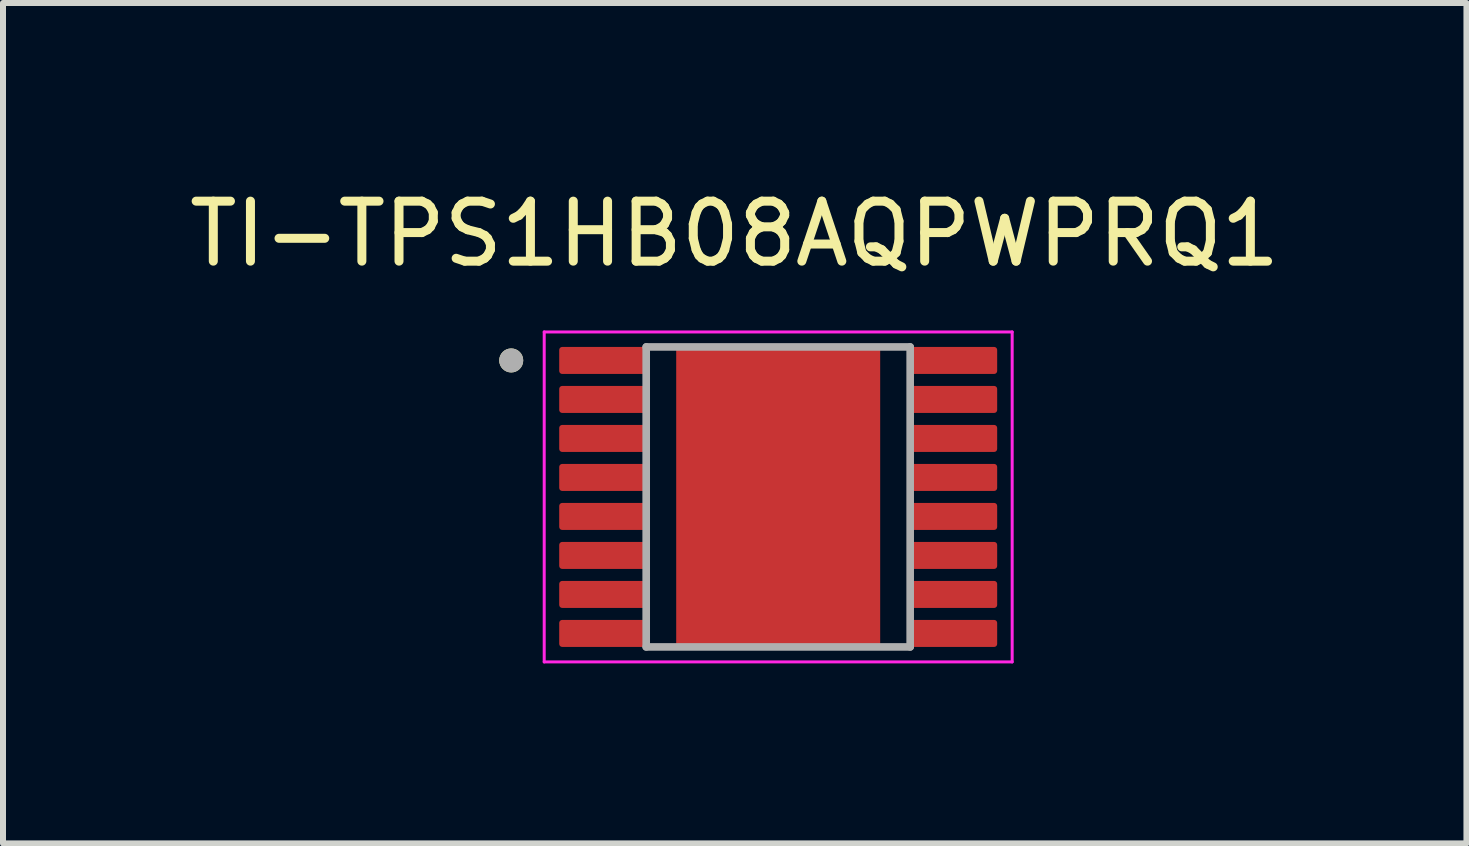
<source format=kicad_pcb>
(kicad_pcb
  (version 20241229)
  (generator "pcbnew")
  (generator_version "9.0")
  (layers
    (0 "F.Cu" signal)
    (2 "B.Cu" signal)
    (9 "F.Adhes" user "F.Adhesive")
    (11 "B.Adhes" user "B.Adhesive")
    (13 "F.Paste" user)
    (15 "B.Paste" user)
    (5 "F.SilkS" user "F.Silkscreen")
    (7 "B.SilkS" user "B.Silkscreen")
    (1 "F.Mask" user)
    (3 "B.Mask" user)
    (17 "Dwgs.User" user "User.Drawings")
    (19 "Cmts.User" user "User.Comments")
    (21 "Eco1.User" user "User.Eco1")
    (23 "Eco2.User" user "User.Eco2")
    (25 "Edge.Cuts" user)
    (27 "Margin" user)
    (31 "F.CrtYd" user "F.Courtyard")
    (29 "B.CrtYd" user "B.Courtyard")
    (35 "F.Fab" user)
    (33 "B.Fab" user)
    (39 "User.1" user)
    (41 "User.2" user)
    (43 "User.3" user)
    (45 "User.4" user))
  (footprint "TI-TPS1HB08AQPWPRQ1"
    (layer "F.Cu")
    (at 9.921 5.233)
    (property "Reference" "TI-TPS1HB08AQPWPRQ1" (at -0.725 -4.385 0) (layer "F.SilkS") (effects (font (size 1 1) (thickness 0.15))))
    (attr smd)
    (fp_poly (pts (arc (start -1.7 2.45) (mid -1.685355 2.485355) (end -1.65 2.5)) (arc (start 1.65 2.5) (mid 1.685355 2.485355) (end 1.7 2.45)) (arc (start 1.7 -2.45) (mid 1.685355 -2.485355) (end 1.65 -2.5)) (arc (start -1.65 -2.5) (mid -1.685355 -2.485355) (end -1.7 -2.45))) (stroke (width 0) (type solid)) (fill yes) (layer "F.Mask"))
    (fp_poly (pts (xy -2.08 -2.45) (xy -2.08 -2.1) (xy -2.08 -2.094) (xy -2.081 -2.087) (xy -2.081 -2.081) (xy -2.083 -2.075) (xy -2.084 -2.069) (xy -2.086 -2.063) (xy -2.088 -2.057) (xy -2.09 -2.051) (xy -2.093 -2.046) (xy -2.096 -2.04) (xy -2.099 -2.035) (xy -2.103 -2.029) (xy -2.107 -2.024) (xy -2.111 -2.02) (xy -2.115 -2.015) (xy -2.12 -2.011) (xy -2.124 -2.007) (xy -2.129 -2.003) (xy -2.135 -1.999) (xy -2.14 -1.996) (xy -2.146 -1.993) (xy -2.151 -1.99) (xy -2.157 -1.988) (xy -2.163 -1.986) (xy -2.169 -1.984) (xy -2.175 -1.983) (xy -2.181 -1.981) (xy -2.187 -1.981) (xy -2.194 -1.98) (xy -2.2 -1.98) (xy -3.6 -1.98) (xy -3.606 -1.98) (xy -3.613 -1.981) (xy -3.619 -1.981) (xy -3.625 -1.983) (xy -3.631 -1.984) (xy -3.637 -1.986) (xy -3.643 -1.988) (xy -3.649 -1.99) (xy -3.654 -1.993) (xy -3.66 -1.996) (xy -3.665 -1.999) (xy -3.671 -2.003) (xy -3.676 -2.007) (xy -3.68 -2.011) (xy -3.685 -2.015) (xy -3.689 -2.02) (xy -3.693 -2.024) (xy -3.697 -2.029) (xy -3.701 -2.035) (xy -3.704 -2.04) (xy -3.707 -2.046) (xy -3.71 -2.051) (xy -3.712 -2.057) (xy -3.714 -2.063) (xy -3.716 -2.069) (xy -3.717 -2.075) (xy -3.719 -2.081) (xy -3.719 -2.087) (xy -3.72 -2.094) (xy -3.72 -2.1) (xy -3.72 -2.45) (xy -3.72 -2.456) (xy -3.719 -2.463) (xy -3.719 -2.469) (xy -3.717 -2.475) (xy -3.716 -2.481) (xy -3.714 -2.487) (xy -3.712 -2.493) (xy -3.71 -2.499) (xy -3.707 -2.504) (xy -3.704 -2.51) (xy -3.701 -2.515) (xy -3.697 -2.521) (xy -3.693 -2.526) (xy -3.689 -2.53) (xy -3.685 -2.535) (xy -3.68 -2.539) (xy -3.676 -2.543) (xy -3.671 -2.547) (xy -3.665 -2.551) (xy -3.66 -2.554) (xy -3.654 -2.557) (xy -3.649 -2.56) (xy -3.643 -2.562) (xy -3.637 -2.564) (xy -3.631 -2.566) (xy -3.625 -2.567) (xy -3.619 -2.569) (xy -3.613 -2.569) (xy -3.606 -2.57) (xy -3.6 -2.57) (xy -2.2 -2.57) (xy -2.194 -2.57) (xy -2.187 -2.569) (xy -2.181 -2.569) (xy -2.175 -2.567) (xy -2.169 -2.566) (xy -2.163 -2.564) (xy -2.157 -2.562) (xy -2.151 -2.56) (xy -2.146 -2.557) (xy -2.14 -2.554) (xy -2.135 -2.551) (xy -2.129 -2.547) (xy -2.124 -2.543) (xy -2.12 -2.539) (xy -2.115 -2.535) (xy -2.111 -2.53) (xy -2.107 -2.526) (xy -2.103 -2.521) (xy -2.099 -2.515) (xy -2.096 -2.51) (xy -2.093 -2.504) (xy -2.09 -2.499) (xy -2.088 -2.493) (xy -2.086 -2.487) (xy -2.084 -2.481) (xy -2.083 -2.475) (xy -2.081 -2.469) (xy -2.081 -2.463) (xy -2.08 -2.456) (xy -2.08 -2.45)) (stroke (width 0.01) (type solid)) (fill yes) (layer "F.Mask"))
    (fp_poly (pts (xy -2.08 -1.8) (xy -2.08 -1.45) (xy -2.08 -1.444) (xy -2.081 -1.437) (xy -2.081 -1.431) (xy -2.083 -1.425) (xy -2.084 -1.419) (xy -2.086 -1.413) (xy -2.088 -1.407) (xy -2.09 -1.401) (xy -2.093 -1.396) (xy -2.096 -1.39) (xy -2.099 -1.385) (xy -2.103 -1.379) (xy -2.107 -1.374) (xy -2.111 -1.37) (xy -2.115 -1.365) (xy -2.12 -1.361) (xy -2.124 -1.357) (xy -2.129 -1.353) (xy -2.135 -1.349) (xy -2.14 -1.346) (xy -2.146 -1.343) (xy -2.151 -1.34) (xy -2.157 -1.338) (xy -2.163 -1.336) (xy -2.169 -1.334) (xy -2.175 -1.333) (xy -2.181 -1.331) (xy -2.187 -1.331) (xy -2.194 -1.33) (xy -2.2 -1.33) (xy -3.6 -1.33) (xy -3.606 -1.33) (xy -3.613 -1.331) (xy -3.619 -1.331) (xy -3.625 -1.333) (xy -3.631 -1.334) (xy -3.637 -1.336) (xy -3.643 -1.338) (xy -3.649 -1.34) (xy -3.654 -1.343) (xy -3.66 -1.346) (xy -3.665 -1.349) (xy -3.671 -1.353) (xy -3.676 -1.357) (xy -3.68 -1.361) (xy -3.685 -1.365) (xy -3.689 -1.37) (xy -3.693 -1.374) (xy -3.697 -1.379) (xy -3.701 -1.385) (xy -3.704 -1.39) (xy -3.707 -1.396) (xy -3.71 -1.401) (xy -3.712 -1.407) (xy -3.714 -1.413) (xy -3.716 -1.419) (xy -3.717 -1.425) (xy -3.719 -1.431) (xy -3.719 -1.437) (xy -3.72 -1.444) (xy -3.72 -1.45) (xy -3.72 -1.8) (xy -3.72 -1.806) (xy -3.719 -1.813) (xy -3.719 -1.819) (xy -3.717 -1.825) (xy -3.716 -1.831) (xy -3.714 -1.837) (xy -3.712 -1.843) (xy -3.71 -1.849) (xy -3.707 -1.854) (xy -3.704 -1.86) (xy -3.701 -1.865) (xy -3.697 -1.871) (xy -3.693 -1.876) (xy -3.689 -1.88) (xy -3.685 -1.885) (xy -3.68 -1.889) (xy -3.676 -1.893) (xy -3.671 -1.897) (xy -3.665 -1.901) (xy -3.66 -1.904) (xy -3.654 -1.907) (xy -3.649 -1.91) (xy -3.643 -1.912) (xy -3.637 -1.914) (xy -3.631 -1.916) (xy -3.625 -1.917) (xy -3.619 -1.919) (xy -3.613 -1.919) (xy -3.606 -1.92) (xy -3.6 -1.92) (xy -2.2 -1.92) (xy -2.194 -1.92) (xy -2.187 -1.919) (xy -2.181 -1.919) (xy -2.175 -1.917) (xy -2.169 -1.916) (xy -2.163 -1.914) (xy -2.157 -1.912) (xy -2.151 -1.91) (xy -2.146 -1.907) (xy -2.14 -1.904) (xy -2.135 -1.901) (xy -2.129 -1.897) (xy -2.124 -1.893) (xy -2.12 -1.889) (xy -2.115 -1.885) (xy -2.111 -1.88) (xy -2.107 -1.876) (xy -2.103 -1.871) (xy -2.099 -1.865) (xy -2.096 -1.86) (xy -2.093 -1.854) (xy -2.09 -1.849) (xy -2.088 -1.843) (xy -2.086 -1.837) (xy -2.084 -1.831) (xy -2.083 -1.825) (xy -2.081 -1.819) (xy -2.081 -1.813) (xy -2.08 -1.806) (xy -2.08 -1.8)) (stroke (width 0.01) (type solid)) (fill yes) (layer "F.Mask"))
    (fp_poly (pts (xy -2.08 -1.15) (xy -2.08 -0.8) (xy -2.08 -0.794) (xy -2.081 -0.787) (xy -2.081 -0.781) (xy -2.083 -0.775) (xy -2.084 -0.769) (xy -2.086 -0.763) (xy -2.088 -0.757) (xy -2.09 -0.751) (xy -2.093 -0.746) (xy -2.096 -0.74) (xy -2.099 -0.735) (xy -2.103 -0.729) (xy -2.107 -0.724) (xy -2.111 -0.72) (xy -2.115 -0.715) (xy -2.12 -0.711) (xy -2.124 -0.707) (xy -2.129 -0.703) (xy -2.135 -0.699) (xy -2.14 -0.696) (xy -2.146 -0.693) (xy -2.151 -0.69) (xy -2.157 -0.688) (xy -2.163 -0.686) (xy -2.169 -0.684) (xy -2.175 -0.683) (xy -2.181 -0.681) (xy -2.187 -0.681) (xy -2.194 -0.68) (xy -2.2 -0.68) (xy -3.6 -0.68) (xy -3.606 -0.68) (xy -3.613 -0.681) (xy -3.619 -0.681) (xy -3.625 -0.683) (xy -3.631 -0.684) (xy -3.637 -0.686) (xy -3.643 -0.688) (xy -3.649 -0.69) (xy -3.654 -0.693) (xy -3.66 -0.696) (xy -3.665 -0.699) (xy -3.671 -0.703) (xy -3.676 -0.707) (xy -3.68 -0.711) (xy -3.685 -0.715) (xy -3.689 -0.72) (xy -3.693 -0.724) (xy -3.697 -0.729) (xy -3.701 -0.735) (xy -3.704 -0.74) (xy -3.707 -0.746) (xy -3.71 -0.751) (xy -3.712 -0.757) (xy -3.714 -0.763) (xy -3.716 -0.769) (xy -3.717 -0.775) (xy -3.719 -0.781) (xy -3.719 -0.787) (xy -3.72 -0.794) (xy -3.72 -0.8) (xy -3.72 -1.15) (xy -3.72 -1.156) (xy -3.719 -1.163) (xy -3.719 -1.169) (xy -3.717 -1.175) (xy -3.716 -1.181) (xy -3.714 -1.187) (xy -3.712 -1.193) (xy -3.71 -1.199) (xy -3.707 -1.204) (xy -3.704 -1.21) (xy -3.701 -1.215) (xy -3.697 -1.221) (xy -3.693 -1.226) (xy -3.689 -1.23) (xy -3.685 -1.235) (xy -3.68 -1.239) (xy -3.676 -1.243) (xy -3.671 -1.247) (xy -3.665 -1.251) (xy -3.66 -1.254) (xy -3.654 -1.257) (xy -3.649 -1.26) (xy -3.643 -1.262) (xy -3.637 -1.264) (xy -3.631 -1.266) (xy -3.625 -1.267) (xy -3.619 -1.269) (xy -3.613 -1.269) (xy -3.606 -1.27) (xy -3.6 -1.27) (xy -2.2 -1.27) (xy -2.194 -1.27) (xy -2.187 -1.269) (xy -2.181 -1.269) (xy -2.175 -1.267) (xy -2.169 -1.266) (xy -2.163 -1.264) (xy -2.157 -1.262) (xy -2.151 -1.26) (xy -2.146 -1.257) (xy -2.14 -1.254) (xy -2.135 -1.251) (xy -2.129 -1.247) (xy -2.124 -1.243) (xy -2.12 -1.239) (xy -2.115 -1.235) (xy -2.111 -1.23) (xy -2.107 -1.226) (xy -2.103 -1.221) (xy -2.099 -1.215) (xy -2.096 -1.21) (xy -2.093 -1.204) (xy -2.09 -1.199) (xy -2.088 -1.193) (xy -2.086 -1.187) (xy -2.084 -1.181) (xy -2.083 -1.175) (xy -2.081 -1.169) (xy -2.081 -1.163) (xy -2.08 -1.156) (xy -2.08 -1.15)) (stroke (width 0.01) (type solid)) (fill yes) (layer "F.Mask"))
    (fp_poly (pts (xy -2.08 -0.5) (xy -2.08 -0.15) (xy -2.08 -0.144) (xy -2.081 -0.137) (xy -2.081 -0.131) (xy -2.083 -0.125) (xy -2.084 -0.119) (xy -2.086 -0.113) (xy -2.088 -0.107) (xy -2.09 -0.101) (xy -2.093 -0.096) (xy -2.096 -0.09) (xy -2.099 -0.085) (xy -2.103 -0.079) (xy -2.107 -0.074) (xy -2.111 -0.07) (xy -2.115 -0.065) (xy -2.12 -0.061) (xy -2.124 -0.057) (xy -2.129 -0.053) (xy -2.135 -0.049) (xy -2.14 -0.046) (xy -2.146 -0.043) (xy -2.151 -0.04) (xy -2.157 -0.038) (xy -2.163 -0.036) (xy -2.169 -0.034) (xy -2.175 -0.033) (xy -2.181 -0.031) (xy -2.187 -0.031) (xy -2.194 -0.03) (xy -2.2 -0.03) (xy -3.6 -0.03) (xy -3.606 -0.03) (xy -3.613 -0.031) (xy -3.619 -0.031) (xy -3.625 -0.033) (xy -3.631 -0.034) (xy -3.637 -0.036) (xy -3.643 -0.038) (xy -3.649 -0.04) (xy -3.654 -0.043) (xy -3.66 -0.046) (xy -3.665 -0.049) (xy -3.671 -0.053) (xy -3.676 -0.057) (xy -3.68 -0.061) (xy -3.685 -0.065) (xy -3.689 -0.07) (xy -3.693 -0.074) (xy -3.697 -0.079) (xy -3.701 -0.085) (xy -3.704 -0.09) (xy -3.707 -0.096) (xy -3.71 -0.101) (xy -3.712 -0.107) (xy -3.714 -0.113) (xy -3.716 -0.119) (xy -3.717 -0.125) (xy -3.719 -0.131) (xy -3.719 -0.137) (xy -3.72 -0.144) (xy -3.72 -0.15) (xy -3.72 -0.5) (xy -3.72 -0.506) (xy -3.719 -0.513) (xy -3.719 -0.519) (xy -3.717 -0.525) (xy -3.716 -0.531) (xy -3.714 -0.537) (xy -3.712 -0.543) (xy -3.71 -0.549) (xy -3.707 -0.554) (xy -3.704 -0.56) (xy -3.701 -0.565) (xy -3.697 -0.571) (xy -3.693 -0.576) (xy -3.689 -0.58) (xy -3.685 -0.585) (xy -3.68 -0.589) (xy -3.676 -0.593) (xy -3.671 -0.597) (xy -3.665 -0.601) (xy -3.66 -0.604) (xy -3.654 -0.607) (xy -3.649 -0.61) (xy -3.643 -0.612) (xy -3.637 -0.614) (xy -3.631 -0.616) (xy -3.625 -0.617) (xy -3.619 -0.619) (xy -3.613 -0.619) (xy -3.606 -0.62) (xy -3.6 -0.62) (xy -2.2 -0.62) (xy -2.194 -0.62) (xy -2.187 -0.619) (xy -2.181 -0.619) (xy -2.175 -0.617) (xy -2.169 -0.616) (xy -2.163 -0.614) (xy -2.157 -0.612) (xy -2.151 -0.61) (xy -2.146 -0.607) (xy -2.14 -0.604) (xy -2.135 -0.601) (xy -2.129 -0.597) (xy -2.124 -0.593) (xy -2.12 -0.589) (xy -2.115 -0.585) (xy -2.111 -0.58) (xy -2.107 -0.576) (xy -2.103 -0.571) (xy -2.099 -0.565) (xy -2.096 -0.56) (xy -2.093 -0.554) (xy -2.09 -0.549) (xy -2.088 -0.543) (xy -2.086 -0.537) (xy -2.084 -0.531) (xy -2.083 -0.525) (xy -2.081 -0.519) (xy -2.081 -0.513) (xy -2.08 -0.506) (xy -2.08 -0.5)) (stroke (width 0.01) (type solid)) (fill yes) (layer "F.Mask"))
    (fp_poly (pts (xy -2.08 0.15) (xy -2.08 0.5) (xy -2.08 0.506) (xy -2.081 0.513) (xy -2.081 0.519) (xy -2.083 0.525) (xy -2.084 0.531) (xy -2.086 0.537) (xy -2.088 0.543) (xy -2.09 0.549) (xy -2.093 0.554) (xy -2.096 0.56) (xy -2.099 0.565) (xy -2.103 0.571) (xy -2.107 0.576) (xy -2.111 0.58) (xy -2.115 0.585) (xy -2.12 0.589) (xy -2.124 0.593) (xy -2.129 0.597) (xy -2.135 0.601) (xy -2.14 0.604) (xy -2.146 0.607) (xy -2.151 0.61) (xy -2.157 0.612) (xy -2.163 0.614) (xy -2.169 0.616) (xy -2.175 0.617) (xy -2.181 0.619) (xy -2.187 0.619) (xy -2.194 0.62) (xy -2.2 0.62) (xy -3.6 0.62) (xy -3.606 0.62) (xy -3.613 0.619) (xy -3.619 0.619) (xy -3.625 0.617) (xy -3.631 0.616) (xy -3.637 0.614) (xy -3.643 0.612) (xy -3.649 0.61) (xy -3.654 0.607) (xy -3.66 0.604) (xy -3.665 0.601) (xy -3.671 0.597) (xy -3.676 0.593) (xy -3.68 0.589) (xy -3.685 0.585) (xy -3.689 0.58) (xy -3.693 0.576) (xy -3.697 0.571) (xy -3.701 0.565) (xy -3.704 0.56) (xy -3.707 0.554) (xy -3.71 0.549) (xy -3.712 0.543) (xy -3.714 0.537) (xy -3.716 0.531) (xy -3.717 0.525) (xy -3.719 0.519) (xy -3.719 0.513) (xy -3.72 0.506) (xy -3.72 0.5) (xy -3.72 0.15) (xy -3.72 0.144) (xy -3.719 0.137) (xy -3.719 0.131) (xy -3.717 0.125) (xy -3.716 0.119) (xy -3.714 0.113) (xy -3.712 0.107) (xy -3.71 0.101) (xy -3.707 0.096) (xy -3.704 0.09) (xy -3.701 0.085) (xy -3.697 0.079) (xy -3.693 0.074) (xy -3.689 0.07) (xy -3.685 0.065) (xy -3.68 0.061) (xy -3.676 0.057) (xy -3.671 0.053) (xy -3.665 0.049) (xy -3.66 0.046) (xy -3.654 0.043) (xy -3.649 0.04) (xy -3.643 0.038) (xy -3.637 0.036) (xy -3.631 0.034) (xy -3.625 0.033) (xy -3.619 0.031) (xy -3.613 0.031) (xy -3.606 0.03) (xy -3.6 0.03) (xy -2.2 0.03) (xy -2.194 0.03) (xy -2.187 0.031) (xy -2.181 0.031) (xy -2.175 0.033) (xy -2.169 0.034) (xy -2.163 0.036) (xy -2.157 0.038) (xy -2.151 0.04) (xy -2.146 0.043) (xy -2.14 0.046) (xy -2.135 0.049) (xy -2.129 0.053) (xy -2.124 0.057) (xy -2.12 0.061) (xy -2.115 0.065) (xy -2.111 0.07) (xy -2.107 0.074) (xy -2.103 0.079) (xy -2.099 0.085) (xy -2.096 0.09) (xy -2.093 0.096) (xy -2.09 0.101) (xy -2.088 0.107) (xy -2.086 0.113) (xy -2.084 0.119) (xy -2.083 0.125) (xy -2.081 0.131) (xy -2.081 0.137) (xy -2.08 0.144) (xy -2.08 0.15)) (stroke (width 0.01) (type solid)) (fill yes) (layer "F.Mask"))
    (fp_poly (pts (xy -2.08 0.8) (xy -2.08 1.15) (xy -2.08 1.156) (xy -2.081 1.163) (xy -2.081 1.169) (xy -2.083 1.175) (xy -2.084 1.181) (xy -2.086 1.187) (xy -2.088 1.193) (xy -2.09 1.199) (xy -2.093 1.204) (xy -2.096 1.21) (xy -2.099 1.215) (xy -2.103 1.221) (xy -2.107 1.226) (xy -2.111 1.23) (xy -2.115 1.235) (xy -2.12 1.239) (xy -2.124 1.243) (xy -2.129 1.247) (xy -2.135 1.251) (xy -2.14 1.254) (xy -2.146 1.257) (xy -2.151 1.26) (xy -2.157 1.262) (xy -2.163 1.264) (xy -2.169 1.266) (xy -2.175 1.267) (xy -2.181 1.269) (xy -2.187 1.269) (xy -2.194 1.27) (xy -2.2 1.27) (xy -3.6 1.27) (xy -3.606 1.27) (xy -3.613 1.269) (xy -3.619 1.269) (xy -3.625 1.267) (xy -3.631 1.266) (xy -3.637 1.264) (xy -3.643 1.262) (xy -3.649 1.26) (xy -3.654 1.257) (xy -3.66 1.254) (xy -3.665 1.251) (xy -3.671 1.247) (xy -3.676 1.243) (xy -3.68 1.239) (xy -3.685 1.235) (xy -3.689 1.23) (xy -3.693 1.226) (xy -3.697 1.221) (xy -3.701 1.215) (xy -3.704 1.21) (xy -3.707 1.204) (xy -3.71 1.199) (xy -3.712 1.193) (xy -3.714 1.187) (xy -3.716 1.181) (xy -3.717 1.175) (xy -3.719 1.169) (xy -3.719 1.163) (xy -3.72 1.156) (xy -3.72 1.15) (xy -3.72 0.8) (xy -3.72 0.794) (xy -3.719 0.787) (xy -3.719 0.781) (xy -3.717 0.775) (xy -3.716 0.769) (xy -3.714 0.763) (xy -3.712 0.757) (xy -3.71 0.751) (xy -3.707 0.746) (xy -3.704 0.74) (xy -3.701 0.735) (xy -3.697 0.729) (xy -3.693 0.724) (xy -3.689 0.72) (xy -3.685 0.715) (xy -3.68 0.711) (xy -3.676 0.707) (xy -3.671 0.703) (xy -3.665 0.699) (xy -3.66 0.696) (xy -3.654 0.693) (xy -3.649 0.69) (xy -3.643 0.688) (xy -3.637 0.686) (xy -3.631 0.684) (xy -3.625 0.683) (xy -3.619 0.681) (xy -3.613 0.681) (xy -3.606 0.68) (xy -3.6 0.68) (xy -2.2 0.68) (xy -2.194 0.68) (xy -2.187 0.681) (xy -2.181 0.681) (xy -2.175 0.683) (xy -2.169 0.684) (xy -2.163 0.686) (xy -2.157 0.688) (xy -2.151 0.69) (xy -2.146 0.693) (xy -2.14 0.696) (xy -2.135 0.699) (xy -2.129 0.703) (xy -2.124 0.707) (xy -2.12 0.711) (xy -2.115 0.715) (xy -2.111 0.72) (xy -2.107 0.724) (xy -2.103 0.729) (xy -2.099 0.735) (xy -2.096 0.74) (xy -2.093 0.746) (xy -2.09 0.751) (xy -2.088 0.757) (xy -2.086 0.763) (xy -2.084 0.769) (xy -2.083 0.775) (xy -2.081 0.781) (xy -2.081 0.787) (xy -2.08 0.794) (xy -2.08 0.8)) (stroke (width 0.01) (type solid)) (fill yes) (layer "F.Mask"))
    (fp_poly (pts (xy -2.08 1.45) (xy -2.08 1.8) (xy -2.08 1.806) (xy -2.081 1.813) (xy -2.081 1.819) (xy -2.083 1.825) (xy -2.084 1.831) (xy -2.086 1.837) (xy -2.088 1.843) (xy -2.09 1.849) (xy -2.093 1.854) (xy -2.096 1.86) (xy -2.099 1.865) (xy -2.103 1.871) (xy -2.107 1.876) (xy -2.111 1.88) (xy -2.115 1.885) (xy -2.12 1.889) (xy -2.124 1.893) (xy -2.129 1.897) (xy -2.135 1.901) (xy -2.14 1.904) (xy -2.146 1.907) (xy -2.151 1.91) (xy -2.157 1.912) (xy -2.163 1.914) (xy -2.169 1.916) (xy -2.175 1.917) (xy -2.181 1.919) (xy -2.187 1.919) (xy -2.194 1.92) (xy -2.2 1.92) (xy -3.6 1.92) (xy -3.606 1.92) (xy -3.613 1.919) (xy -3.619 1.919) (xy -3.625 1.917) (xy -3.631 1.916) (xy -3.637 1.914) (xy -3.643 1.912) (xy -3.649 1.91) (xy -3.654 1.907) (xy -3.66 1.904) (xy -3.665 1.901) (xy -3.671 1.897) (xy -3.676 1.893) (xy -3.68 1.889) (xy -3.685 1.885) (xy -3.689 1.88) (xy -3.693 1.876) (xy -3.697 1.871) (xy -3.701 1.865) (xy -3.704 1.86) (xy -3.707 1.854) (xy -3.71 1.849) (xy -3.712 1.843) (xy -3.714 1.837) (xy -3.716 1.831) (xy -3.717 1.825) (xy -3.719 1.819) (xy -3.719 1.813) (xy -3.72 1.806) (xy -3.72 1.8) (xy -3.72 1.45) (xy -3.72 1.444) (xy -3.719 1.437) (xy -3.719 1.431) (xy -3.717 1.425) (xy -3.716 1.419) (xy -3.714 1.413) (xy -3.712 1.407) (xy -3.71 1.401) (xy -3.707 1.396) (xy -3.704 1.39) (xy -3.701 1.385) (xy -3.697 1.379) (xy -3.693 1.374) (xy -3.689 1.37) (xy -3.685 1.365) (xy -3.68 1.361) (xy -3.676 1.357) (xy -3.671 1.353) (xy -3.665 1.349) (xy -3.66 1.346) (xy -3.654 1.343) (xy -3.649 1.34) (xy -3.643 1.338) (xy -3.637 1.336) (xy -3.631 1.334) (xy -3.625 1.333) (xy -3.619 1.331) (xy -3.613 1.331) (xy -3.606 1.33) (xy -3.6 1.33) (xy -2.2 1.33) (xy -2.194 1.33) (xy -2.187 1.331) (xy -2.181 1.331) (xy -2.175 1.333) (xy -2.169 1.334) (xy -2.163 1.336) (xy -2.157 1.338) (xy -2.151 1.34) (xy -2.146 1.343) (xy -2.14 1.346) (xy -2.135 1.349) (xy -2.129 1.353) (xy -2.124 1.357) (xy -2.12 1.361) (xy -2.115 1.365) (xy -2.111 1.37) (xy -2.107 1.374) (xy -2.103 1.379) (xy -2.099 1.385) (xy -2.096 1.39) (xy -2.093 1.396) (xy -2.09 1.401) (xy -2.088 1.407) (xy -2.086 1.413) (xy -2.084 1.419) (xy -2.083 1.425) (xy -2.081 1.431) (xy -2.081 1.437) (xy -2.08 1.444) (xy -2.08 1.45)) (stroke (width 0.01) (type solid)) (fill yes) (layer "F.Mask"))
    (fp_poly (pts (xy -2.08 2.1) (xy -2.08 2.45) (xy -2.08 2.456) (xy -2.081 2.463) (xy -2.081 2.469) (xy -2.083 2.475) (xy -2.084 2.481) (xy -2.086 2.487) (xy -2.088 2.493) (xy -2.09 2.499) (xy -2.093 2.504) (xy -2.096 2.51) (xy -2.099 2.515) (xy -2.103 2.521) (xy -2.107 2.526) (xy -2.111 2.53) (xy -2.115 2.535) (xy -2.12 2.539) (xy -2.124 2.543) (xy -2.129 2.547) (xy -2.135 2.551) (xy -2.14 2.554) (xy -2.146 2.557) (xy -2.151 2.56) (xy -2.157 2.562) (xy -2.163 2.564) (xy -2.169 2.566) (xy -2.175 2.567) (xy -2.181 2.569) (xy -2.187 2.569) (xy -2.194 2.57) (xy -2.2 2.57) (xy -3.6 2.57) (xy -3.606 2.57) (xy -3.613 2.569) (xy -3.619 2.569) (xy -3.625 2.567) (xy -3.631 2.566) (xy -3.637 2.564) (xy -3.643 2.562) (xy -3.649 2.56) (xy -3.654 2.557) (xy -3.66 2.554) (xy -3.665 2.551) (xy -3.671 2.547) (xy -3.676 2.543) (xy -3.68 2.539) (xy -3.685 2.535) (xy -3.689 2.53) (xy -3.693 2.526) (xy -3.697 2.521) (xy -3.701 2.515) (xy -3.704 2.51) (xy -3.707 2.504) (xy -3.71 2.499) (xy -3.712 2.493) (xy -3.714 2.487) (xy -3.716 2.481) (xy -3.717 2.475) (xy -3.719 2.469) (xy -3.719 2.463) (xy -3.72 2.456) (xy -3.72 2.45) (xy -3.72 2.1) (xy -3.72 2.094) (xy -3.719 2.087) (xy -3.719 2.081) (xy -3.717 2.075) (xy -3.716 2.069) (xy -3.714 2.063) (xy -3.712 2.057) (xy -3.71 2.051) (xy -3.707 2.046) (xy -3.704 2.04) (xy -3.701 2.035) (xy -3.697 2.029) (xy -3.693 2.024) (xy -3.689 2.02) (xy -3.685 2.015) (xy -3.68 2.011) (xy -3.676 2.007) (xy -3.671 2.003) (xy -3.665 1.999) (xy -3.66 1.996) (xy -3.654 1.993) (xy -3.649 1.99) (xy -3.643 1.988) (xy -3.637 1.986) (xy -3.631 1.984) (xy -3.625 1.983) (xy -3.619 1.981) (xy -3.613 1.981) (xy -3.606 1.98) (xy -3.6 1.98) (xy -2.2 1.98) (xy -2.194 1.98) (xy -2.187 1.981) (xy -2.181 1.981) (xy -2.175 1.983) (xy -2.169 1.984) (xy -2.163 1.986) (xy -2.157 1.988) (xy -2.151 1.99) (xy -2.146 1.993) (xy -2.14 1.996) (xy -2.135 1.999) (xy -2.129 2.003) (xy -2.124 2.007) (xy -2.12 2.011) (xy -2.115 2.015) (xy -2.111 2.02) (xy -2.107 2.024) (xy -2.103 2.029) (xy -2.099 2.035) (xy -2.096 2.04) (xy -2.093 2.046) (xy -2.09 2.051) (xy -2.088 2.057) (xy -2.086 2.063) (xy -2.084 2.069) (xy -2.083 2.075) (xy -2.081 2.081) (xy -2.081 2.087) (xy -2.08 2.094) (xy -2.08 2.1)) (stroke (width 0.01) (type solid)) (fill yes) (layer "F.Mask"))
    (fp_poly (pts (xy 3.72 -2.45) (xy 3.72 -2.1) (xy 3.72 -2.094) (xy 3.719 -2.087) (xy 3.719 -2.081) (xy 3.717 -2.075) (xy 3.716 -2.069) (xy 3.714 -2.063) (xy 3.712 -2.057) (xy 3.71 -2.051) (xy 3.707 -2.046) (xy 3.704 -2.04) (xy 3.701 -2.035) (xy 3.697 -2.029) (xy 3.693 -2.024) (xy 3.689 -2.02) (xy 3.685 -2.015) (xy 3.68 -2.011) (xy 3.676 -2.007) (xy 3.671 -2.003) (xy 3.665 -1.999) (xy 3.66 -1.996) (xy 3.654 -1.993) (xy 3.649 -1.99) (xy 3.643 -1.988) (xy 3.637 -1.986) (xy 3.631 -1.984) (xy 3.625 -1.983) (xy 3.619 -1.981) (xy 3.613 -1.981) (xy 3.606 -1.98) (xy 3.6 -1.98) (xy 2.2 -1.98) (xy 2.194 -1.98) (xy 2.187 -1.981) (xy 2.181 -1.981) (xy 2.175 -1.983) (xy 2.169 -1.984) (xy 2.163 -1.986) (xy 2.157 -1.988) (xy 2.151 -1.99) (xy 2.146 -1.993) (xy 2.14 -1.996) (xy 2.135 -1.999) (xy 2.129 -2.003) (xy 2.124 -2.007) (xy 2.12 -2.011) (xy 2.115 -2.015) (xy 2.111 -2.02) (xy 2.107 -2.024) (xy 2.103 -2.029) (xy 2.099 -2.035) (xy 2.096 -2.04) (xy 2.093 -2.046) (xy 2.09 -2.051) (xy 2.088 -2.057) (xy 2.086 -2.063) (xy 2.084 -2.069) (xy 2.083 -2.075) (xy 2.081 -2.081) (xy 2.081 -2.087) (xy 2.08 -2.094) (xy 2.08 -2.1) (xy 2.08 -2.45) (xy 2.08 -2.456) (xy 2.081 -2.463) (xy 2.081 -2.469) (xy 2.083 -2.475) (xy 2.084 -2.481) (xy 2.086 -2.487) (xy 2.088 -2.493) (xy 2.09 -2.499) (xy 2.093 -2.504) (xy 2.096 -2.51) (xy 2.099 -2.515) (xy 2.103 -2.521) (xy 2.107 -2.526) (xy 2.111 -2.53) (xy 2.115 -2.535) (xy 2.12 -2.539) (xy 2.124 -2.543) (xy 2.129 -2.547) (xy 2.135 -2.551) (xy 2.14 -2.554) (xy 2.146 -2.557) (xy 2.151 -2.56) (xy 2.157 -2.562) (xy 2.163 -2.564) (xy 2.169 -2.566) (xy 2.175 -2.567) (xy 2.181 -2.569) (xy 2.187 -2.569) (xy 2.194 -2.57) (xy 2.2 -2.57) (xy 3.6 -2.57) (xy 3.606 -2.57) (xy 3.613 -2.569) (xy 3.619 -2.569) (xy 3.625 -2.567) (xy 3.631 -2.566) (xy 3.637 -2.564) (xy 3.643 -2.562) (xy 3.649 -2.56) (xy 3.654 -2.557) (xy 3.66 -2.554) (xy 3.665 -2.551) (xy 3.671 -2.547) (xy 3.676 -2.543) (xy 3.68 -2.539) (xy 3.685 -2.535) (xy 3.689 -2.53) (xy 3.693 -2.526) (xy 3.697 -2.521) (xy 3.701 -2.515) (xy 3.704 -2.51) (xy 3.707 -2.504) (xy 3.71 -2.499) (xy 3.712 -2.493) (xy 3.714 -2.487) (xy 3.716 -2.481) (xy 3.717 -2.475) (xy 3.719 -2.469) (xy 3.719 -2.463) (xy 3.72 -2.456) (xy 3.72 -2.45)) (stroke (width 0.01) (type solid)) (fill yes) (layer "F.Mask"))
    (fp_poly (pts (xy 3.72 -1.8) (xy 3.72 -1.45) (xy 3.72 -1.444) (xy 3.719 -1.437) (xy 3.719 -1.431) (xy 3.717 -1.425) (xy 3.716 -1.419) (xy 3.714 -1.413) (xy 3.712 -1.407) (xy 3.71 -1.401) (xy 3.707 -1.396) (xy 3.704 -1.39) (xy 3.701 -1.385) (xy 3.697 -1.379) (xy 3.693 -1.374) (xy 3.689 -1.37) (xy 3.685 -1.365) (xy 3.68 -1.361) (xy 3.676 -1.357) (xy 3.671 -1.353) (xy 3.665 -1.349) (xy 3.66 -1.346) (xy 3.654 -1.343) (xy 3.649 -1.34) (xy 3.643 -1.338) (xy 3.637 -1.336) (xy 3.631 -1.334) (xy 3.625 -1.333) (xy 3.619 -1.331) (xy 3.613 -1.331) (xy 3.606 -1.33) (xy 3.6 -1.33) (xy 2.2 -1.33) (xy 2.194 -1.33) (xy 2.187 -1.331) (xy 2.181 -1.331) (xy 2.175 -1.333) (xy 2.169 -1.334) (xy 2.163 -1.336) (xy 2.157 -1.338) (xy 2.151 -1.34) (xy 2.146 -1.343) (xy 2.14 -1.346) (xy 2.135 -1.349) (xy 2.129 -1.353) (xy 2.124 -1.357) (xy 2.12 -1.361) (xy 2.115 -1.365) (xy 2.111 -1.37) (xy 2.107 -1.374) (xy 2.103 -1.379) (xy 2.099 -1.385) (xy 2.096 -1.39) (xy 2.093 -1.396) (xy 2.09 -1.401) (xy 2.088 -1.407) (xy 2.086 -1.413) (xy 2.084 -1.419) (xy 2.083 -1.425) (xy 2.081 -1.431) (xy 2.081 -1.437) (xy 2.08 -1.444) (xy 2.08 -1.45) (xy 2.08 -1.8) (xy 2.08 -1.806) (xy 2.081 -1.813) (xy 2.081 -1.819) (xy 2.083 -1.825) (xy 2.084 -1.831) (xy 2.086 -1.837) (xy 2.088 -1.843) (xy 2.09 -1.849) (xy 2.093 -1.854) (xy 2.096 -1.86) (xy 2.099 -1.865) (xy 2.103 -1.871) (xy 2.107 -1.876) (xy 2.111 -1.88) (xy 2.115 -1.885) (xy 2.12 -1.889) (xy 2.124 -1.893) (xy 2.129 -1.897) (xy 2.135 -1.901) (xy 2.14 -1.904) (xy 2.146 -1.907) (xy 2.151 -1.91) (xy 2.157 -1.912) (xy 2.163 -1.914) (xy 2.169 -1.916) (xy 2.175 -1.917) (xy 2.181 -1.919) (xy 2.187 -1.919) (xy 2.194 -1.92) (xy 2.2 -1.92) (xy 3.6 -1.92) (xy 3.606 -1.92) (xy 3.613 -1.919) (xy 3.619 -1.919) (xy 3.625 -1.917) (xy 3.631 -1.916) (xy 3.637 -1.914) (xy 3.643 -1.912) (xy 3.649 -1.91) (xy 3.654 -1.907) (xy 3.66 -1.904) (xy 3.665 -1.901) (xy 3.671 -1.897) (xy 3.676 -1.893) (xy 3.68 -1.889) (xy 3.685 -1.885) (xy 3.689 -1.88) (xy 3.693 -1.876) (xy 3.697 -1.871) (xy 3.701 -1.865) (xy 3.704 -1.86) (xy 3.707 -1.854) (xy 3.71 -1.849) (xy 3.712 -1.843) (xy 3.714 -1.837) (xy 3.716 -1.831) (xy 3.717 -1.825) (xy 3.719 -1.819) (xy 3.719 -1.813) (xy 3.72 -1.806) (xy 3.72 -1.8)) (stroke (width 0.01) (type solid)) (fill yes) (layer "F.Mask"))
    (fp_poly (pts (xy 3.72 -1.15) (xy 3.72 -0.8) (xy 3.72 -0.794) (xy 3.719 -0.787) (xy 3.719 -0.781) (xy 3.717 -0.775) (xy 3.716 -0.769) (xy 3.714 -0.763) (xy 3.712 -0.757) (xy 3.71 -0.751) (xy 3.707 -0.746) (xy 3.704 -0.74) (xy 3.701 -0.735) (xy 3.697 -0.729) (xy 3.693 -0.724) (xy 3.689 -0.72) (xy 3.685 -0.715) (xy 3.68 -0.711) (xy 3.676 -0.707) (xy 3.671 -0.703) (xy 3.665 -0.699) (xy 3.66 -0.696) (xy 3.654 -0.693) (xy 3.649 -0.69) (xy 3.643 -0.688) (xy 3.637 -0.686) (xy 3.631 -0.684) (xy 3.625 -0.683) (xy 3.619 -0.681) (xy 3.613 -0.681) (xy 3.606 -0.68) (xy 3.6 -0.68) (xy 2.2 -0.68) (xy 2.194 -0.68) (xy 2.187 -0.681) (xy 2.181 -0.681) (xy 2.175 -0.683) (xy 2.169 -0.684) (xy 2.163 -0.686) (xy 2.157 -0.688) (xy 2.151 -0.69) (xy 2.146 -0.693) (xy 2.14 -0.696) (xy 2.135 -0.699) (xy 2.129 -0.703) (xy 2.124 -0.707) (xy 2.12 -0.711) (xy 2.115 -0.715) (xy 2.111 -0.72) (xy 2.107 -0.724) (xy 2.103 -0.729) (xy 2.099 -0.735) (xy 2.096 -0.74) (xy 2.093 -0.746) (xy 2.09 -0.751) (xy 2.088 -0.757) (xy 2.086 -0.763) (xy 2.084 -0.769) (xy 2.083 -0.775) (xy 2.081 -0.781) (xy 2.081 -0.787) (xy 2.08 -0.794) (xy 2.08 -0.8) (xy 2.08 -1.15) (xy 2.08 -1.156) (xy 2.081 -1.163) (xy 2.081 -1.169) (xy 2.083 -1.175) (xy 2.084 -1.181) (xy 2.086 -1.187) (xy 2.088 -1.193) (xy 2.09 -1.199) (xy 2.093 -1.204) (xy 2.096 -1.21) (xy 2.099 -1.215) (xy 2.103 -1.221) (xy 2.107 -1.226) (xy 2.111 -1.23) (xy 2.115 -1.235) (xy 2.12 -1.239) (xy 2.124 -1.243) (xy 2.129 -1.247) (xy 2.135 -1.251) (xy 2.14 -1.254) (xy 2.146 -1.257) (xy 2.151 -1.26) (xy 2.157 -1.262) (xy 2.163 -1.264) (xy 2.169 -1.266) (xy 2.175 -1.267) (xy 2.181 -1.269) (xy 2.187 -1.269) (xy 2.194 -1.27) (xy 2.2 -1.27) (xy 3.6 -1.27) (xy 3.606 -1.27) (xy 3.613 -1.269) (xy 3.619 -1.269) (xy 3.625 -1.267) (xy 3.631 -1.266) (xy 3.637 -1.264) (xy 3.643 -1.262) (xy 3.649 -1.26) (xy 3.654 -1.257) (xy 3.66 -1.254) (xy 3.665 -1.251) (xy 3.671 -1.247) (xy 3.676 -1.243) (xy 3.68 -1.239) (xy 3.685 -1.235) (xy 3.689 -1.23) (xy 3.693 -1.226) (xy 3.697 -1.221) (xy 3.701 -1.215) (xy 3.704 -1.21) (xy 3.707 -1.204) (xy 3.71 -1.199) (xy 3.712 -1.193) (xy 3.714 -1.187) (xy 3.716 -1.181) (xy 3.717 -1.175) (xy 3.719 -1.169) (xy 3.719 -1.163) (xy 3.72 -1.156) (xy 3.72 -1.15)) (stroke (width 0.01) (type solid)) (fill yes) (layer "F.Mask"))
    (fp_poly (pts (xy 3.72 -0.5) (xy 3.72 -0.15) (xy 3.72 -0.144) (xy 3.719 -0.137) (xy 3.719 -0.131) (xy 3.717 -0.125) (xy 3.716 -0.119) (xy 3.714 -0.113) (xy 3.712 -0.107) (xy 3.71 -0.101) (xy 3.707 -0.096) (xy 3.704 -0.09) (xy 3.701 -0.085) (xy 3.697 -0.079) (xy 3.693 -0.074) (xy 3.689 -0.07) (xy 3.685 -0.065) (xy 3.68 -0.061) (xy 3.676 -0.057) (xy 3.671 -0.053) (xy 3.665 -0.049) (xy 3.66 -0.046) (xy 3.654 -0.043) (xy 3.649 -0.04) (xy 3.643 -0.038) (xy 3.637 -0.036) (xy 3.631 -0.034) (xy 3.625 -0.033) (xy 3.619 -0.031) (xy 3.613 -0.031) (xy 3.606 -0.03) (xy 3.6 -0.03) (xy 2.2 -0.03) (xy 2.194 -0.03) (xy 2.187 -0.031) (xy 2.181 -0.031) (xy 2.175 -0.033) (xy 2.169 -0.034) (xy 2.163 -0.036) (xy 2.157 -0.038) (xy 2.151 -0.04) (xy 2.146 -0.043) (xy 2.14 -0.046) (xy 2.135 -0.049) (xy 2.129 -0.053) (xy 2.124 -0.057) (xy 2.12 -0.061) (xy 2.115 -0.065) (xy 2.111 -0.07) (xy 2.107 -0.074) (xy 2.103 -0.079) (xy 2.099 -0.085) (xy 2.096 -0.09) (xy 2.093 -0.096) (xy 2.09 -0.101) (xy 2.088 -0.107) (xy 2.086 -0.113) (xy 2.084 -0.119) (xy 2.083 -0.125) (xy 2.081 -0.131) (xy 2.081 -0.137) (xy 2.08 -0.144) (xy 2.08 -0.15) (xy 2.08 -0.5) (xy 2.08 -0.506) (xy 2.081 -0.513) (xy 2.081 -0.519) (xy 2.083 -0.525) (xy 2.084 -0.531) (xy 2.086 -0.537) (xy 2.088 -0.543) (xy 2.09 -0.549) (xy 2.093 -0.554) (xy 2.096 -0.56) (xy 2.099 -0.565) (xy 2.103 -0.571) (xy 2.107 -0.576) (xy 2.111 -0.58) (xy 2.115 -0.585) (xy 2.12 -0.589) (xy 2.124 -0.593) (xy 2.129 -0.597) (xy 2.135 -0.601) (xy 2.14 -0.604) (xy 2.146 -0.607) (xy 2.151 -0.61) (xy 2.157 -0.612) (xy 2.163 -0.614) (xy 2.169 -0.616) (xy 2.175 -0.617) (xy 2.181 -0.619) (xy 2.187 -0.619) (xy 2.194 -0.62) (xy 2.2 -0.62) (xy 3.6 -0.62) (xy 3.606 -0.62) (xy 3.613 -0.619) (xy 3.619 -0.619) (xy 3.625 -0.617) (xy 3.631 -0.616) (xy 3.637 -0.614) (xy 3.643 -0.612) (xy 3.649 -0.61) (xy 3.654 -0.607) (xy 3.66 -0.604) (xy 3.665 -0.601) (xy 3.671 -0.597) (xy 3.676 -0.593) (xy 3.68 -0.589) (xy 3.685 -0.585) (xy 3.689 -0.58) (xy 3.693 -0.576) (xy 3.697 -0.571) (xy 3.701 -0.565) (xy 3.704 -0.56) (xy 3.707 -0.554) (xy 3.71 -0.549) (xy 3.712 -0.543) (xy 3.714 -0.537) (xy 3.716 -0.531) (xy 3.717 -0.525) (xy 3.719 -0.519) (xy 3.719 -0.513) (xy 3.72 -0.506) (xy 3.72 -0.5)) (stroke (width 0.01) (type solid)) (fill yes) (layer "F.Mask"))
    (fp_poly (pts (xy 3.72 0.15) (xy 3.72 0.5) (xy 3.72 0.506) (xy 3.719 0.513) (xy 3.719 0.519) (xy 3.717 0.525) (xy 3.716 0.531) (xy 3.714 0.537) (xy 3.712 0.543) (xy 3.71 0.549) (xy 3.707 0.554) (xy 3.704 0.56) (xy 3.701 0.565) (xy 3.697 0.571) (xy 3.693 0.576) (xy 3.689 0.58) (xy 3.685 0.585) (xy 3.68 0.589) (xy 3.676 0.593) (xy 3.671 0.597) (xy 3.665 0.601) (xy 3.66 0.604) (xy 3.654 0.607) (xy 3.649 0.61) (xy 3.643 0.612) (xy 3.637 0.614) (xy 3.631 0.616) (xy 3.625 0.617) (xy 3.619 0.619) (xy 3.613 0.619) (xy 3.606 0.62) (xy 3.6 0.62) (xy 2.2 0.62) (xy 2.194 0.62) (xy 2.187 0.619) (xy 2.181 0.619) (xy 2.175 0.617) (xy 2.169 0.616) (xy 2.163 0.614) (xy 2.157 0.612) (xy 2.151 0.61) (xy 2.146 0.607) (xy 2.14 0.604) (xy 2.135 0.601) (xy 2.129 0.597) (xy 2.124 0.593) (xy 2.12 0.589) (xy 2.115 0.585) (xy 2.111 0.58) (xy 2.107 0.576) (xy 2.103 0.571) (xy 2.099 0.565) (xy 2.096 0.56) (xy 2.093 0.554) (xy 2.09 0.549) (xy 2.088 0.543) (xy 2.086 0.537) (xy 2.084 0.531) (xy 2.083 0.525) (xy 2.081 0.519) (xy 2.081 0.513) (xy 2.08 0.506) (xy 2.08 0.5) (xy 2.08 0.15) (xy 2.08 0.144) (xy 2.081 0.137) (xy 2.081 0.131) (xy 2.083 0.125) (xy 2.084 0.119) (xy 2.086 0.113) (xy 2.088 0.107) (xy 2.09 0.101) (xy 2.093 0.096) (xy 2.096 0.09) (xy 2.099 0.085) (xy 2.103 0.079) (xy 2.107 0.074) (xy 2.111 0.07) (xy 2.115 0.065) (xy 2.12 0.061) (xy 2.124 0.057) (xy 2.129 0.053) (xy 2.135 0.049) (xy 2.14 0.046) (xy 2.146 0.043) (xy 2.151 0.04) (xy 2.157 0.038) (xy 2.163 0.036) (xy 2.169 0.034) (xy 2.175 0.033) (xy 2.181 0.031) (xy 2.187 0.031) (xy 2.194 0.03) (xy 2.2 0.03) (xy 3.6 0.03) (xy 3.606 0.03) (xy 3.613 0.031) (xy 3.619 0.031) (xy 3.625 0.033) (xy 3.631 0.034) (xy 3.637 0.036) (xy 3.643 0.038) (xy 3.649 0.04) (xy 3.654 0.043) (xy 3.66 0.046) (xy 3.665 0.049) (xy 3.671 0.053) (xy 3.676 0.057) (xy 3.68 0.061) (xy 3.685 0.065) (xy 3.689 0.07) (xy 3.693 0.074) (xy 3.697 0.079) (xy 3.701 0.085) (xy 3.704 0.09) (xy 3.707 0.096) (xy 3.71 0.101) (xy 3.712 0.107) (xy 3.714 0.113) (xy 3.716 0.119) (xy 3.717 0.125) (xy 3.719 0.131) (xy 3.719 0.137) (xy 3.72 0.144) (xy 3.72 0.15)) (stroke (width 0.01) (type solid)) (fill yes) (layer "F.Mask"))
    (fp_poly (pts (xy 3.72 0.8) (xy 3.72 1.15) (xy 3.72 1.156) (xy 3.719 1.163) (xy 3.719 1.169) (xy 3.717 1.175) (xy 3.716 1.181) (xy 3.714 1.187) (xy 3.712 1.193) (xy 3.71 1.199) (xy 3.707 1.204) (xy 3.704 1.21) (xy 3.701 1.215) (xy 3.697 1.221) (xy 3.693 1.226) (xy 3.689 1.23) (xy 3.685 1.235) (xy 3.68 1.239) (xy 3.676 1.243) (xy 3.671 1.247) (xy 3.665 1.251) (xy 3.66 1.254) (xy 3.654 1.257) (xy 3.649 1.26) (xy 3.643 1.262) (xy 3.637 1.264) (xy 3.631 1.266) (xy 3.625 1.267) (xy 3.619 1.269) (xy 3.613 1.269) (xy 3.606 1.27) (xy 3.6 1.27) (xy 2.2 1.27) (xy 2.194 1.27) (xy 2.187 1.269) (xy 2.181 1.269) (xy 2.175 1.267) (xy 2.169 1.266) (xy 2.163 1.264) (xy 2.157 1.262) (xy 2.151 1.26) (xy 2.146 1.257) (xy 2.14 1.254) (xy 2.135 1.251) (xy 2.129 1.247) (xy 2.124 1.243) (xy 2.12 1.239) (xy 2.115 1.235) (xy 2.111 1.23) (xy 2.107 1.226) (xy 2.103 1.221) (xy 2.099 1.215) (xy 2.096 1.21) (xy 2.093 1.204) (xy 2.09 1.199) (xy 2.088 1.193) (xy 2.086 1.187) (xy 2.084 1.181) (xy 2.083 1.175) (xy 2.081 1.169) (xy 2.081 1.163) (xy 2.08 1.156) (xy 2.08 1.15) (xy 2.08 0.8) (xy 2.08 0.794) (xy 2.081 0.787) (xy 2.081 0.781) (xy 2.083 0.775) (xy 2.084 0.769) (xy 2.086 0.763) (xy 2.088 0.757) (xy 2.09 0.751) (xy 2.093 0.746) (xy 2.096 0.74) (xy 2.099 0.735) (xy 2.103 0.729) (xy 2.107 0.724) (xy 2.111 0.72) (xy 2.115 0.715) (xy 2.12 0.711) (xy 2.124 0.707) (xy 2.129 0.703) (xy 2.135 0.699) (xy 2.14 0.696) (xy 2.146 0.693) (xy 2.151 0.69) (xy 2.157 0.688) (xy 2.163 0.686) (xy 2.169 0.684) (xy 2.175 0.683) (xy 2.181 0.681) (xy 2.187 0.681) (xy 2.194 0.68) (xy 2.2 0.68) (xy 3.6 0.68) (xy 3.606 0.68) (xy 3.613 0.681) (xy 3.619 0.681) (xy 3.625 0.683) (xy 3.631 0.684) (xy 3.637 0.686) (xy 3.643 0.688) (xy 3.649 0.69) (xy 3.654 0.693) (xy 3.66 0.696) (xy 3.665 0.699) (xy 3.671 0.703) (xy 3.676 0.707) (xy 3.68 0.711) (xy 3.685 0.715) (xy 3.689 0.72) (xy 3.693 0.724) (xy 3.697 0.729) (xy 3.701 0.735) (xy 3.704 0.74) (xy 3.707 0.746) (xy 3.71 0.751) (xy 3.712 0.757) (xy 3.714 0.763) (xy 3.716 0.769) (xy 3.717 0.775) (xy 3.719 0.781) (xy 3.719 0.787) (xy 3.72 0.794) (xy 3.72 0.8)) (stroke (width 0.01) (type solid)) (fill yes) (layer "F.Mask"))
    (fp_poly (pts (xy 3.72 1.45) (xy 3.72 1.8) (xy 3.72 1.806) (xy 3.719 1.813) (xy 3.719 1.819) (xy 3.717 1.825) (xy 3.716 1.831) (xy 3.714 1.837) (xy 3.712 1.843) (xy 3.71 1.849) (xy 3.707 1.854) (xy 3.704 1.86) (xy 3.701 1.865) (xy 3.697 1.871) (xy 3.693 1.876) (xy 3.689 1.88) (xy 3.685 1.885) (xy 3.68 1.889) (xy 3.676 1.893) (xy 3.671 1.897) (xy 3.665 1.901) (xy 3.66 1.904) (xy 3.654 1.907) (xy 3.649 1.91) (xy 3.643 1.912) (xy 3.637 1.914) (xy 3.631 1.916) (xy 3.625 1.917) (xy 3.619 1.919) (xy 3.613 1.919) (xy 3.606 1.92) (xy 3.6 1.92) (xy 2.2 1.92) (xy 2.194 1.92) (xy 2.187 1.919) (xy 2.181 1.919) (xy 2.175 1.917) (xy 2.169 1.916) (xy 2.163 1.914) (xy 2.157 1.912) (xy 2.151 1.91) (xy 2.146 1.907) (xy 2.14 1.904) (xy 2.135 1.901) (xy 2.129 1.897) (xy 2.124 1.893) (xy 2.12 1.889) (xy 2.115 1.885) (xy 2.111 1.88) (xy 2.107 1.876) (xy 2.103 1.871) (xy 2.099 1.865) (xy 2.096 1.86) (xy 2.093 1.854) (xy 2.09 1.849) (xy 2.088 1.843) (xy 2.086 1.837) (xy 2.084 1.831) (xy 2.083 1.825) (xy 2.081 1.819) (xy 2.081 1.813) (xy 2.08 1.806) (xy 2.08 1.8) (xy 2.08 1.45) (xy 2.08 1.444) (xy 2.081 1.437) (xy 2.081 1.431) (xy 2.083 1.425) (xy 2.084 1.419) (xy 2.086 1.413) (xy 2.088 1.407) (xy 2.09 1.401) (xy 2.093 1.396) (xy 2.096 1.39) (xy 2.099 1.385) (xy 2.103 1.379) (xy 2.107 1.374) (xy 2.111 1.37) (xy 2.115 1.365) (xy 2.12 1.361) (xy 2.124 1.357) (xy 2.129 1.353) (xy 2.135 1.349) (xy 2.14 1.346) (xy 2.146 1.343) (xy 2.151 1.34) (xy 2.157 1.338) (xy 2.163 1.336) (xy 2.169 1.334) (xy 2.175 1.333) (xy 2.181 1.331) (xy 2.187 1.331) (xy 2.194 1.33) (xy 2.2 1.33) (xy 3.6 1.33) (xy 3.606 1.33) (xy 3.613 1.331) (xy 3.619 1.331) (xy 3.625 1.333) (xy 3.631 1.334) (xy 3.637 1.336) (xy 3.643 1.338) (xy 3.649 1.34) (xy 3.654 1.343) (xy 3.66 1.346) (xy 3.665 1.349) (xy 3.671 1.353) (xy 3.676 1.357) (xy 3.68 1.361) (xy 3.685 1.365) (xy 3.689 1.37) (xy 3.693 1.374) (xy 3.697 1.379) (xy 3.701 1.385) (xy 3.704 1.39) (xy 3.707 1.396) (xy 3.71 1.401) (xy 3.712 1.407) (xy 3.714 1.413) (xy 3.716 1.419) (xy 3.717 1.425) (xy 3.719 1.431) (xy 3.719 1.437) (xy 3.72 1.444) (xy 3.72 1.45)) (stroke (width 0.01) (type solid)) (fill yes) (layer "F.Mask"))
    (fp_poly (pts (xy 3.72 2.1) (xy 3.72 2.45) (xy 3.72 2.456) (xy 3.719 2.463) (xy 3.719 2.469) (xy 3.717 2.475) (xy 3.716 2.481) (xy 3.714 2.487) (xy 3.712 2.493) (xy 3.71 2.499) (xy 3.707 2.504) (xy 3.704 2.51) (xy 3.701 2.515) (xy 3.697 2.521) (xy 3.693 2.526) (xy 3.689 2.53) (xy 3.685 2.535) (xy 3.68 2.539) (xy 3.676 2.543) (xy 3.671 2.547) (xy 3.665 2.551) (xy 3.66 2.554) (xy 3.654 2.557) (xy 3.649 2.56) (xy 3.643 2.562) (xy 3.637 2.564) (xy 3.631 2.566) (xy 3.625 2.567) (xy 3.619 2.569) (xy 3.613 2.569) (xy 3.606 2.57) (xy 3.6 2.57) (xy 2.2 2.57) (xy 2.194 2.57) (xy 2.187 2.569) (xy 2.181 2.569) (xy 2.175 2.567) (xy 2.169 2.566) (xy 2.163 2.564) (xy 2.157 2.562) (xy 2.151 2.56) (xy 2.146 2.557) (xy 2.14 2.554) (xy 2.135 2.551) (xy 2.129 2.547) (xy 2.124 2.543) (xy 2.12 2.539) (xy 2.115 2.535) (xy 2.111 2.53) (xy 2.107 2.526) (xy 2.103 2.521) (xy 2.099 2.515) (xy 2.096 2.51) (xy 2.093 2.504) (xy 2.09 2.499) (xy 2.088 2.493) (xy 2.086 2.487) (xy 2.084 2.481) (xy 2.083 2.475) (xy 2.081 2.469) (xy 2.081 2.463) (xy 2.08 2.456) (xy 2.08 2.45) (xy 2.08 2.1) (xy 2.08 2.094) (xy 2.081 2.087) (xy 2.081 2.081) (xy 2.083 2.075) (xy 2.084 2.069) (xy 2.086 2.063) (xy 2.088 2.057) (xy 2.09 2.051) (xy 2.093 2.046) (xy 2.096 2.04) (xy 2.099 2.035) (xy 2.103 2.029) (xy 2.107 2.024) (xy 2.111 2.02) (xy 2.115 2.015) (xy 2.12 2.011) (xy 2.124 2.007) (xy 2.129 2.003) (xy 2.135 1.999) (xy 2.14 1.996) (xy 2.146 1.993) (xy 2.151 1.99) (xy 2.157 1.988) (xy 2.163 1.986) (xy 2.169 1.984) (xy 2.175 1.983) (xy 2.181 1.981) (xy 2.187 1.981) (xy 2.194 1.98) (xy 2.2 1.98) (xy 3.6 1.98) (xy 3.606 1.98) (xy 3.613 1.981) (xy 3.619 1.981) (xy 3.625 1.983) (xy 3.631 1.984) (xy 3.637 1.986) (xy 3.643 1.988) (xy 3.649 1.99) (xy 3.654 1.993) (xy 3.66 1.996) (xy 3.665 1.999) (xy 3.671 2.003) (xy 3.676 2.007) (xy 3.68 2.011) (xy 3.685 2.015) (xy 3.689 2.02) (xy 3.693 2.024) (xy 3.697 2.029) (xy 3.701 2.035) (xy 3.704 2.04) (xy 3.707 2.046) (xy 3.71 2.051) (xy 3.712 2.057) (xy 3.714 2.063) (xy 3.716 2.069) (xy 3.717 2.075) (xy 3.719 2.081) (xy 3.719 2.087) (xy 3.72 2.094) (xy 3.72 2.1)) (stroke (width 0.01) (type solid)) (fill yes) (layer "F.Mask"))
    (fp_circle (center -4.45 -2.275) (end -4.35 -2.275) (stroke (width 0.2) (type solid)) (fill no) (layer "F.SilkS"))
    (fp_poly (pts (arc (start 1.7 -2.45) (mid 1.685355 -2.485355) (end 1.65 -2.5)) (arc (start -1.65 -2.5) (mid -1.685355 -2.485355) (end -1.7 -2.45)) (arc (start -1.7 2.45) (mid -1.685355 2.485355) (end -1.65 2.5)) (arc (start 1.65 2.5) (mid 1.685355 2.485355) (end 1.7 2.45))) (stroke (width 0) (type solid)) (fill yes) (layer "F.Paste"))
    (fp_poly (pts (xy -3.6 -2.05) (xy -3.603 -2.05) (xy -3.605 -2.05) (xy -3.608 -2.051) (xy -3.61 -2.051) (xy -3.613 -2.052) (xy -3.615 -2.052) (xy -3.618 -2.053) (xy -3.62 -2.054) (xy -3.623 -2.055) (xy -3.625 -2.057) (xy -3.627 -2.058) (xy -3.629 -2.06) (xy -3.631 -2.061) (xy -3.633 -2.063) (xy -3.635 -2.065) (xy -3.637 -2.067) (xy -3.639 -2.069) (xy -3.64 -2.071) (xy -3.642 -2.073) (xy -3.643 -2.075) (xy -3.645 -2.077) (xy -3.646 -2.08) (xy -3.647 -2.082) (xy -3.648 -2.085) (xy -3.648 -2.087) (xy -3.649 -2.09) (xy -3.649 -2.092) (xy -3.65 -2.095) (xy -3.65 -2.097) (xy -3.65 -2.1) (xy -3.65 -2.45) (xy -3.65 -2.453) (xy -3.65 -2.455) (xy -3.649 -2.458) (xy -3.649 -2.46) (xy -3.648 -2.463) (xy -3.648 -2.465) (xy -3.647 -2.468) (xy -3.646 -2.47) (xy -3.645 -2.473) (xy -3.643 -2.475) (xy -3.642 -2.477) (xy -3.64 -2.479) (xy -3.639 -2.481) (xy -3.637 -2.483) (xy -3.635 -2.485) (xy -3.633 -2.487) (xy -3.631 -2.489) (xy -3.629 -2.49) (xy -3.627 -2.492) (xy -3.625 -2.493) (xy -3.623 -2.495) (xy -3.62 -2.496) (xy -3.618 -2.497) (xy -3.615 -2.498) (xy -3.613 -2.498) (xy -3.61 -2.499) (xy -3.608 -2.499) (xy -3.605 -2.5) (xy -3.603 -2.5) (xy -3.6 -2.5) (xy -2.2 -2.5) (xy -2.197 -2.5) (xy -2.195 -2.5) (xy -2.192 -2.499) (xy -2.19 -2.499) (xy -2.187 -2.498) (xy -2.185 -2.498) (xy -2.182 -2.497) (xy -2.18 -2.496) (xy -2.177 -2.495) (xy -2.175 -2.493) (xy -2.173 -2.492) (xy -2.171 -2.49) (xy -2.169 -2.489) (xy -2.167 -2.487) (xy -2.165 -2.485) (xy -2.163 -2.483) (xy -2.161 -2.481) (xy -2.16 -2.479) (xy -2.158 -2.477) (xy -2.157 -2.475) (xy -2.155 -2.473) (xy -2.154 -2.47) (xy -2.153 -2.468) (xy -2.152 -2.465) (xy -2.152 -2.463) (xy -2.151 -2.46) (xy -2.151 -2.458) (xy -2.15 -2.455) (xy -2.15 -2.453) (xy -2.15 -2.45) (xy -2.15 -2.1) (xy -2.15 -2.097) (xy -2.15 -2.095) (xy -2.151 -2.092) (xy -2.151 -2.09) (xy -2.152 -2.087) (xy -2.152 -2.085) (xy -2.153 -2.082) (xy -2.154 -2.08) (xy -2.155 -2.077) (xy -2.157 -2.075) (xy -2.158 -2.073) (xy -2.16 -2.071) (xy -2.161 -2.069) (xy -2.163 -2.067) (xy -2.165 -2.065) (xy -2.167 -2.063) (xy -2.169 -2.061) (xy -2.171 -2.06) (xy -2.173 -2.058) (xy -2.175 -2.057) (xy -2.177 -2.055) (xy -2.18 -2.054) (xy -2.182 -2.053) (xy -2.185 -2.052) (xy -2.187 -2.052) (xy -2.19 -2.051) (xy -2.192 -2.051) (xy -2.195 -2.05) (xy -2.197 -2.05) (xy -2.2 -2.05) (xy -3.6 -2.05)) (stroke (width 0.01) (type solid)) (fill yes) (layer "F.Paste"))
    (fp_poly (pts (xy -3.6 -1.4) (xy -3.603 -1.4) (xy -3.605 -1.4) (xy -3.608 -1.401) (xy -3.61 -1.401) (xy -3.613 -1.402) (xy -3.615 -1.402) (xy -3.618 -1.403) (xy -3.62 -1.404) (xy -3.623 -1.405) (xy -3.625 -1.407) (xy -3.627 -1.408) (xy -3.629 -1.41) (xy -3.631 -1.411) (xy -3.633 -1.413) (xy -3.635 -1.415) (xy -3.637 -1.417) (xy -3.639 -1.419) (xy -3.64 -1.421) (xy -3.642 -1.423) (xy -3.643 -1.425) (xy -3.645 -1.427) (xy -3.646 -1.43) (xy -3.647 -1.432) (xy -3.648 -1.435) (xy -3.648 -1.437) (xy -3.649 -1.44) (xy -3.649 -1.442) (xy -3.65 -1.445) (xy -3.65 -1.447) (xy -3.65 -1.45) (xy -3.65 -1.8) (xy -3.65 -1.803) (xy -3.65 -1.805) (xy -3.649 -1.808) (xy -3.649 -1.81) (xy -3.648 -1.813) (xy -3.648 -1.815) (xy -3.647 -1.818) (xy -3.646 -1.82) (xy -3.645 -1.823) (xy -3.643 -1.825) (xy -3.642 -1.827) (xy -3.64 -1.829) (xy -3.639 -1.831) (xy -3.637 -1.833) (xy -3.635 -1.835) (xy -3.633 -1.837) (xy -3.631 -1.839) (xy -3.629 -1.84) (xy -3.627 -1.842) (xy -3.625 -1.843) (xy -3.623 -1.845) (xy -3.62 -1.846) (xy -3.618 -1.847) (xy -3.615 -1.848) (xy -3.613 -1.848) (xy -3.61 -1.849) (xy -3.608 -1.849) (xy -3.605 -1.85) (xy -3.603 -1.85) (xy -3.6 -1.85) (xy -2.2 -1.85) (xy -2.197 -1.85) (xy -2.195 -1.85) (xy -2.192 -1.849) (xy -2.19 -1.849) (xy -2.187 -1.848) (xy -2.185 -1.848) (xy -2.182 -1.847) (xy -2.18 -1.846) (xy -2.177 -1.845) (xy -2.175 -1.843) (xy -2.173 -1.842) (xy -2.171 -1.84) (xy -2.169 -1.839) (xy -2.167 -1.837) (xy -2.165 -1.835) (xy -2.163 -1.833) (xy -2.161 -1.831) (xy -2.16 -1.829) (xy -2.158 -1.827) (xy -2.157 -1.825) (xy -2.155 -1.823) (xy -2.154 -1.82) (xy -2.153 -1.818) (xy -2.152 -1.815) (xy -2.152 -1.813) (xy -2.151 -1.81) (xy -2.151 -1.808) (xy -2.15 -1.805) (xy -2.15 -1.803) (xy -2.15 -1.8) (xy -2.15 -1.45) (xy -2.15 -1.447) (xy -2.15 -1.445) (xy -2.151 -1.442) (xy -2.151 -1.44) (xy -2.152 -1.437) (xy -2.152 -1.435) (xy -2.153 -1.432) (xy -2.154 -1.43) (xy -2.155 -1.427) (xy -2.157 -1.425) (xy -2.158 -1.423) (xy -2.16 -1.421) (xy -2.161 -1.419) (xy -2.163 -1.417) (xy -2.165 -1.415) (xy -2.167 -1.413) (xy -2.169 -1.411) (xy -2.171 -1.41) (xy -2.173 -1.408) (xy -2.175 -1.407) (xy -2.177 -1.405) (xy -2.18 -1.404) (xy -2.182 -1.403) (xy -2.185 -1.402) (xy -2.187 -1.402) (xy -2.19 -1.401) (xy -2.192 -1.401) (xy -2.195 -1.4) (xy -2.197 -1.4) (xy -2.2 -1.4) (xy -3.6 -1.4)) (stroke (width 0.01) (type solid)) (fill yes) (layer "F.Paste"))
    (fp_poly (pts (xy -3.6 -0.75) (xy -3.603 -0.75) (xy -3.605 -0.75) (xy -3.608 -0.751) (xy -3.61 -0.751) (xy -3.613 -0.752) (xy -3.615 -0.752) (xy -3.618 -0.753) (xy -3.62 -0.754) (xy -3.623 -0.755) (xy -3.625 -0.757) (xy -3.627 -0.758) (xy -3.629 -0.76) (xy -3.631 -0.761) (xy -3.633 -0.763) (xy -3.635 -0.765) (xy -3.637 -0.767) (xy -3.639 -0.769) (xy -3.64 -0.771) (xy -3.642 -0.773) (xy -3.643 -0.775) (xy -3.645 -0.777) (xy -3.646 -0.78) (xy -3.647 -0.782) (xy -3.648 -0.785) (xy -3.648 -0.787) (xy -3.649 -0.79) (xy -3.649 -0.792) (xy -3.65 -0.795) (xy -3.65 -0.797) (xy -3.65 -0.8) (xy -3.65 -1.15) (xy -3.65 -1.153) (xy -3.65 -1.155) (xy -3.649 -1.158) (xy -3.649 -1.16) (xy -3.648 -1.163) (xy -3.648 -1.165) (xy -3.647 -1.168) (xy -3.646 -1.17) (xy -3.645 -1.173) (xy -3.643 -1.175) (xy -3.642 -1.177) (xy -3.64 -1.179) (xy -3.639 -1.181) (xy -3.637 -1.183) (xy -3.635 -1.185) (xy -3.633 -1.187) (xy -3.631 -1.189) (xy -3.629 -1.19) (xy -3.627 -1.192) (xy -3.625 -1.193) (xy -3.623 -1.195) (xy -3.62 -1.196) (xy -3.618 -1.197) (xy -3.615 -1.198) (xy -3.613 -1.198) (xy -3.61 -1.199) (xy -3.608 -1.199) (xy -3.605 -1.2) (xy -3.603 -1.2) (xy -3.6 -1.2) (xy -2.2 -1.2) (xy -2.197 -1.2) (xy -2.195 -1.2) (xy -2.192 -1.199) (xy -2.19 -1.199) (xy -2.187 -1.198) (xy -2.185 -1.198) (xy -2.182 -1.197) (xy -2.18 -1.196) (xy -2.177 -1.195) (xy -2.175 -1.193) (xy -2.173 -1.192) (xy -2.171 -1.19) (xy -2.169 -1.189) (xy -2.167 -1.187) (xy -2.165 -1.185) (xy -2.163 -1.183) (xy -2.161 -1.181) (xy -2.16 -1.179) (xy -2.158 -1.177) (xy -2.157 -1.175) (xy -2.155 -1.173) (xy -2.154 -1.17) (xy -2.153 -1.168) (xy -2.152 -1.165) (xy -2.152 -1.163) (xy -2.151 -1.16) (xy -2.151 -1.158) (xy -2.15 -1.155) (xy -2.15 -1.153) (xy -2.15 -1.15) (xy -2.15 -0.8) (xy -2.15 -0.797) (xy -2.15 -0.795) (xy -2.151 -0.792) (xy -2.151 -0.79) (xy -2.152 -0.787) (xy -2.152 -0.785) (xy -2.153 -0.782) (xy -2.154 -0.78) (xy -2.155 -0.777) (xy -2.157 -0.775) (xy -2.158 -0.773) (xy -2.16 -0.771) (xy -2.161 -0.769) (xy -2.163 -0.767) (xy -2.165 -0.765) (xy -2.167 -0.763) (xy -2.169 -0.761) (xy -2.171 -0.76) (xy -2.173 -0.758) (xy -2.175 -0.757) (xy -2.177 -0.755) (xy -2.18 -0.754) (xy -2.182 -0.753) (xy -2.185 -0.752) (xy -2.187 -0.752) (xy -2.19 -0.751) (xy -2.192 -0.751) (xy -2.195 -0.75) (xy -2.197 -0.75) (xy -2.2 -0.75) (xy -3.6 -0.75)) (stroke (width 0.01) (type solid)) (fill yes) (layer "F.Paste"))
    (fp_poly (pts (xy -3.6 -0.1) (xy -3.603 -0.1) (xy -3.605 -0.1) (xy -3.608 -0.101) (xy -3.61 -0.101) (xy -3.613 -0.102) (xy -3.615 -0.102) (xy -3.618 -0.103) (xy -3.62 -0.104) (xy -3.623 -0.105) (xy -3.625 -0.107) (xy -3.627 -0.108) (xy -3.629 -0.11) (xy -3.631 -0.111) (xy -3.633 -0.113) (xy -3.635 -0.115) (xy -3.637 -0.117) (xy -3.639 -0.119) (xy -3.64 -0.121) (xy -3.642 -0.123) (xy -3.643 -0.125) (xy -3.645 -0.127) (xy -3.646 -0.13) (xy -3.647 -0.132) (xy -3.648 -0.135) (xy -3.648 -0.137) (xy -3.649 -0.14) (xy -3.649 -0.142) (xy -3.65 -0.145) (xy -3.65 -0.147) (xy -3.65 -0.15) (xy -3.65 -0.5) (xy -3.65 -0.503) (xy -3.65 -0.505) (xy -3.649 -0.508) (xy -3.649 -0.51) (xy -3.648 -0.513) (xy -3.648 -0.515) (xy -3.647 -0.518) (xy -3.646 -0.52) (xy -3.645 -0.523) (xy -3.643 -0.525) (xy -3.642 -0.527) (xy -3.64 -0.529) (xy -3.639 -0.531) (xy -3.637 -0.533) (xy -3.635 -0.535) (xy -3.633 -0.537) (xy -3.631 -0.539) (xy -3.629 -0.54) (xy -3.627 -0.542) (xy -3.625 -0.543) (xy -3.623 -0.545) (xy -3.62 -0.546) (xy -3.618 -0.547) (xy -3.615 -0.548) (xy -3.613 -0.548) (xy -3.61 -0.549) (xy -3.608 -0.549) (xy -3.605 -0.55) (xy -3.603 -0.55) (xy -3.6 -0.55) (xy -2.2 -0.55) (xy -2.197 -0.55) (xy -2.195 -0.55) (xy -2.192 -0.549) (xy -2.19 -0.549) (xy -2.187 -0.548) (xy -2.185 -0.548) (xy -2.182 -0.547) (xy -2.18 -0.546) (xy -2.177 -0.545) (xy -2.175 -0.543) (xy -2.173 -0.542) (xy -2.171 -0.54) (xy -2.169 -0.539) (xy -2.167 -0.537) (xy -2.165 -0.535) (xy -2.163 -0.533) (xy -2.161 -0.531) (xy -2.16 -0.529) (xy -2.158 -0.527) (xy -2.157 -0.525) (xy -2.155 -0.523) (xy -2.154 -0.52) (xy -2.153 -0.518) (xy -2.152 -0.515) (xy -2.152 -0.513) (xy -2.151 -0.51) (xy -2.151 -0.508) (xy -2.15 -0.505) (xy -2.15 -0.503) (xy -2.15 -0.5) (xy -2.15 -0.15) (xy -2.15 -0.147) (xy -2.15 -0.145) (xy -2.151 -0.142) (xy -2.151 -0.14) (xy -2.152 -0.137) (xy -2.152 -0.135) (xy -2.153 -0.132) (xy -2.154 -0.13) (xy -2.155 -0.127) (xy -2.157 -0.125) (xy -2.158 -0.123) (xy -2.16 -0.121) (xy -2.161 -0.119) (xy -2.163 -0.117) (xy -2.165 -0.115) (xy -2.167 -0.113) (xy -2.169 -0.111) (xy -2.171 -0.11) (xy -2.173 -0.108) (xy -2.175 -0.107) (xy -2.177 -0.105) (xy -2.18 -0.104) (xy -2.182 -0.103) (xy -2.185 -0.102) (xy -2.187 -0.102) (xy -2.19 -0.101) (xy -2.192 -0.101) (xy -2.195 -0.1) (xy -2.197 -0.1) (xy -2.2 -0.1) (xy -3.6 -0.1)) (stroke (width 0.01) (type solid)) (fill yes) (layer "F.Paste"))
    (fp_poly (pts (xy -3.6 0.55) (xy -3.603 0.55) (xy -3.605 0.55) (xy -3.608 0.549) (xy -3.61 0.549) (xy -3.613 0.548) (xy -3.615 0.548) (xy -3.618 0.547) (xy -3.62 0.546) (xy -3.623 0.545) (xy -3.625 0.543) (xy -3.627 0.542) (xy -3.629 0.54) (xy -3.631 0.539) (xy -3.633 0.537) (xy -3.635 0.535) (xy -3.637 0.533) (xy -3.639 0.531) (xy -3.64 0.529) (xy -3.642 0.527) (xy -3.643 0.525) (xy -3.645 0.523) (xy -3.646 0.52) (xy -3.647 0.518) (xy -3.648 0.515) (xy -3.648 0.513) (xy -3.649 0.51) (xy -3.649 0.508) (xy -3.65 0.505) (xy -3.65 0.503) (xy -3.65 0.5) (xy -3.65 0.15) (xy -3.65 0.147) (xy -3.65 0.145) (xy -3.649 0.142) (xy -3.649 0.14) (xy -3.648 0.137) (xy -3.648 0.135) (xy -3.647 0.132) (xy -3.646 0.13) (xy -3.645 0.127) (xy -3.643 0.125) (xy -3.642 0.123) (xy -3.64 0.121) (xy -3.639 0.119) (xy -3.637 0.117) (xy -3.635 0.115) (xy -3.633 0.113) (xy -3.631 0.111) (xy -3.629 0.11) (xy -3.627 0.108) (xy -3.625 0.107) (xy -3.623 0.105) (xy -3.62 0.104) (xy -3.618 0.103) (xy -3.615 0.102) (xy -3.613 0.102) (xy -3.61 0.101) (xy -3.608 0.101) (xy -3.605 0.1) (xy -3.603 0.1) (xy -3.6 0.1) (xy -2.2 0.1) (xy -2.197 0.1) (xy -2.195 0.1) (xy -2.192 0.101) (xy -2.19 0.101) (xy -2.187 0.102) (xy -2.185 0.102) (xy -2.182 0.103) (xy -2.18 0.104) (xy -2.177 0.105) (xy -2.175 0.107) (xy -2.173 0.108) (xy -2.171 0.11) (xy -2.169 0.111) (xy -2.167 0.113) (xy -2.165 0.115) (xy -2.163 0.117) (xy -2.161 0.119) (xy -2.16 0.121) (xy -2.158 0.123) (xy -2.157 0.125) (xy -2.155 0.127) (xy -2.154 0.13) (xy -2.153 0.132) (xy -2.152 0.135) (xy -2.152 0.137) (xy -2.151 0.14) (xy -2.151 0.142) (xy -2.15 0.145) (xy -2.15 0.147) (xy -2.15 0.15) (xy -2.15 0.5) (xy -2.15 0.503) (xy -2.15 0.505) (xy -2.151 0.508) (xy -2.151 0.51) (xy -2.152 0.513) (xy -2.152 0.515) (xy -2.153 0.518) (xy -2.154 0.52) (xy -2.155 0.523) (xy -2.157 0.525) (xy -2.158 0.527) (xy -2.16 0.529) (xy -2.161 0.531) (xy -2.163 0.533) (xy -2.165 0.535) (xy -2.167 0.537) (xy -2.169 0.539) (xy -2.171 0.54) (xy -2.173 0.542) (xy -2.175 0.543) (xy -2.177 0.545) (xy -2.18 0.546) (xy -2.182 0.547) (xy -2.185 0.548) (xy -2.187 0.548) (xy -2.19 0.549) (xy -2.192 0.549) (xy -2.195 0.55) (xy -2.197 0.55) (xy -2.2 0.55) (xy -3.6 0.55)) (stroke (width 0.01) (type solid)) (fill yes) (layer "F.Paste"))
    (fp_poly (pts (xy -3.6 1.2) (xy -3.603 1.2) (xy -3.605 1.2) (xy -3.608 1.199) (xy -3.61 1.199) (xy -3.613 1.198) (xy -3.615 1.198) (xy -3.618 1.197) (xy -3.62 1.196) (xy -3.623 1.195) (xy -3.625 1.193) (xy -3.627 1.192) (xy -3.629 1.19) (xy -3.631 1.189) (xy -3.633 1.187) (xy -3.635 1.185) (xy -3.637 1.183) (xy -3.639 1.181) (xy -3.64 1.179) (xy -3.642 1.177) (xy -3.643 1.175) (xy -3.645 1.173) (xy -3.646 1.17) (xy -3.647 1.168) (xy -3.648 1.165) (xy -3.648 1.163) (xy -3.649 1.16) (xy -3.649 1.158) (xy -3.65 1.155) (xy -3.65 1.153) (xy -3.65 1.15) (xy -3.65 0.8) (xy -3.65 0.797) (xy -3.65 0.795) (xy -3.649 0.792) (xy -3.649 0.79) (xy -3.648 0.787) (xy -3.648 0.785) (xy -3.647 0.782) (xy -3.646 0.78) (xy -3.645 0.777) (xy -3.643 0.775) (xy -3.642 0.773) (xy -3.64 0.771) (xy -3.639 0.769) (xy -3.637 0.767) (xy -3.635 0.765) (xy -3.633 0.763) (xy -3.631 0.761) (xy -3.629 0.76) (xy -3.627 0.758) (xy -3.625 0.757) (xy -3.623 0.755) (xy -3.62 0.754) (xy -3.618 0.753) (xy -3.615 0.752) (xy -3.613 0.752) (xy -3.61 0.751) (xy -3.608 0.751) (xy -3.605 0.75) (xy -3.603 0.75) (xy -3.6 0.75) (xy -2.2 0.75) (xy -2.197 0.75) (xy -2.195 0.75) (xy -2.192 0.751) (xy -2.19 0.751) (xy -2.187 0.752) (xy -2.185 0.752) (xy -2.182 0.753) (xy -2.18 0.754) (xy -2.177 0.755) (xy -2.175 0.757) (xy -2.173 0.758) (xy -2.171 0.76) (xy -2.169 0.761) (xy -2.167 0.763) (xy -2.165 0.765) (xy -2.163 0.767) (xy -2.161 0.769) (xy -2.16 0.771) (xy -2.158 0.773) (xy -2.157 0.775) (xy -2.155 0.777) (xy -2.154 0.78) (xy -2.153 0.782) (xy -2.152 0.785) (xy -2.152 0.787) (xy -2.151 0.79) (xy -2.151 0.792) (xy -2.15 0.795) (xy -2.15 0.797) (xy -2.15 0.8) (xy -2.15 1.15) (xy -2.15 1.153) (xy -2.15 1.155) (xy -2.151 1.158) (xy -2.151 1.16) (xy -2.152 1.163) (xy -2.152 1.165) (xy -2.153 1.168) (xy -2.154 1.17) (xy -2.155 1.173) (xy -2.157 1.175) (xy -2.158 1.177) (xy -2.16 1.179) (xy -2.161 1.181) (xy -2.163 1.183) (xy -2.165 1.185) (xy -2.167 1.187) (xy -2.169 1.189) (xy -2.171 1.19) (xy -2.173 1.192) (xy -2.175 1.193) (xy -2.177 1.195) (xy -2.18 1.196) (xy -2.182 1.197) (xy -2.185 1.198) (xy -2.187 1.198) (xy -2.19 1.199) (xy -2.192 1.199) (xy -2.195 1.2) (xy -2.197 1.2) (xy -2.2 1.2) (xy -3.6 1.2)) (stroke (width 0.01) (type solid)) (fill yes) (layer "F.Paste"))
    (fp_poly (pts (xy -3.6 1.85) (xy -3.603 1.85) (xy -3.605 1.85) (xy -3.608 1.849) (xy -3.61 1.849) (xy -3.613 1.848) (xy -3.615 1.848) (xy -3.618 1.847) (xy -3.62 1.846) (xy -3.623 1.845) (xy -3.625 1.843) (xy -3.627 1.842) (xy -3.629 1.84) (xy -3.631 1.839) (xy -3.633 1.837) (xy -3.635 1.835) (xy -3.637 1.833) (xy -3.639 1.831) (xy -3.64 1.829) (xy -3.642 1.827) (xy -3.643 1.825) (xy -3.645 1.823) (xy -3.646 1.82) (xy -3.647 1.818) (xy -3.648 1.815) (xy -3.648 1.813) (xy -3.649 1.81) (xy -3.649 1.808) (xy -3.65 1.805) (xy -3.65 1.803) (xy -3.65 1.8) (xy -3.65 1.45) (xy -3.65 1.447) (xy -3.65 1.445) (xy -3.649 1.442) (xy -3.649 1.44) (xy -3.648 1.437) (xy -3.648 1.435) (xy -3.647 1.432) (xy -3.646 1.43) (xy -3.645 1.427) (xy -3.643 1.425) (xy -3.642 1.423) (xy -3.64 1.421) (xy -3.639 1.419) (xy -3.637 1.417) (xy -3.635 1.415) (xy -3.633 1.413) (xy -3.631 1.411) (xy -3.629 1.41) (xy -3.627 1.408) (xy -3.625 1.407) (xy -3.623 1.405) (xy -3.62 1.404) (xy -3.618 1.403) (xy -3.615 1.402) (xy -3.613 1.402) (xy -3.61 1.401) (xy -3.608 1.401) (xy -3.605 1.4) (xy -3.603 1.4) (xy -3.6 1.4) (xy -2.2 1.4) (xy -2.197 1.4) (xy -2.195 1.4) (xy -2.192 1.401) (xy -2.19 1.401) (xy -2.187 1.402) (xy -2.185 1.402) (xy -2.182 1.403) (xy -2.18 1.404) (xy -2.177 1.405) (xy -2.175 1.407) (xy -2.173 1.408) (xy -2.171 1.41) (xy -2.169 1.411) (xy -2.167 1.413) (xy -2.165 1.415) (xy -2.163 1.417) (xy -2.161 1.419) (xy -2.16 1.421) (xy -2.158 1.423) (xy -2.157 1.425) (xy -2.155 1.427) (xy -2.154 1.43) (xy -2.153 1.432) (xy -2.152 1.435) (xy -2.152 1.437) (xy -2.151 1.44) (xy -2.151 1.442) (xy -2.15 1.445) (xy -2.15 1.447) (xy -2.15 1.45) (xy -2.15 1.8) (xy -2.15 1.803) (xy -2.15 1.805) (xy -2.151 1.808) (xy -2.151 1.81) (xy -2.152 1.813) (xy -2.152 1.815) (xy -2.153 1.818) (xy -2.154 1.82) (xy -2.155 1.823) (xy -2.157 1.825) (xy -2.158 1.827) (xy -2.16 1.829) (xy -2.161 1.831) (xy -2.163 1.833) (xy -2.165 1.835) (xy -2.167 1.837) (xy -2.169 1.839) (xy -2.171 1.84) (xy -2.173 1.842) (xy -2.175 1.843) (xy -2.177 1.845) (xy -2.18 1.846) (xy -2.182 1.847) (xy -2.185 1.848) (xy -2.187 1.848) (xy -2.19 1.849) (xy -2.192 1.849) (xy -2.195 1.85) (xy -2.197 1.85) (xy -2.2 1.85) (xy -3.6 1.85)) (stroke (width 0.01) (type solid)) (fill yes) (layer "F.Paste"))
    (fp_poly (pts (xy -3.6 2.5) (xy -3.603 2.5) (xy -3.605 2.5) (xy -3.608 2.499) (xy -3.61 2.499) (xy -3.613 2.498) (xy -3.615 2.498) (xy -3.618 2.497) (xy -3.62 2.496) (xy -3.623 2.495) (xy -3.625 2.493) (xy -3.627 2.492) (xy -3.629 2.49) (xy -3.631 2.489) (xy -3.633 2.487) (xy -3.635 2.485) (xy -3.637 2.483) (xy -3.639 2.481) (xy -3.64 2.479) (xy -3.642 2.477) (xy -3.643 2.475) (xy -3.645 2.473) (xy -3.646 2.47) (xy -3.647 2.468) (xy -3.648 2.465) (xy -3.648 2.463) (xy -3.649 2.46) (xy -3.649 2.458) (xy -3.65 2.455) (xy -3.65 2.453) (xy -3.65 2.45) (xy -3.65 2.1) (xy -3.65 2.097) (xy -3.65 2.095) (xy -3.649 2.092) (xy -3.649 2.09) (xy -3.648 2.087) (xy -3.648 2.085) (xy -3.647 2.082) (xy -3.646 2.08) (xy -3.645 2.077) (xy -3.643 2.075) (xy -3.642 2.073) (xy -3.64 2.071) (xy -3.639 2.069) (xy -3.637 2.067) (xy -3.635 2.065) (xy -3.633 2.063) (xy -3.631 2.061) (xy -3.629 2.06) (xy -3.627 2.058) (xy -3.625 2.057) (xy -3.623 2.055) (xy -3.62 2.054) (xy -3.618 2.053) (xy -3.615 2.052) (xy -3.613 2.052) (xy -3.61 2.051) (xy -3.608 2.051) (xy -3.605 2.05) (xy -3.603 2.05) (xy -3.6 2.05) (xy -2.2 2.05) (xy -2.197 2.05) (xy -2.195 2.05) (xy -2.192 2.051) (xy -2.19 2.051) (xy -2.187 2.052) (xy -2.185 2.052) (xy -2.182 2.053) (xy -2.18 2.054) (xy -2.177 2.055) (xy -2.175 2.057) (xy -2.173 2.058) (xy -2.171 2.06) (xy -2.169 2.061) (xy -2.167 2.063) (xy -2.165 2.065) (xy -2.163 2.067) (xy -2.161 2.069) (xy -2.16 2.071) (xy -2.158 2.073) (xy -2.157 2.075) (xy -2.155 2.077) (xy -2.154 2.08) (xy -2.153 2.082) (xy -2.152 2.085) (xy -2.152 2.087) (xy -2.151 2.09) (xy -2.151 2.092) (xy -2.15 2.095) (xy -2.15 2.097) (xy -2.15 2.1) (xy -2.15 2.45) (xy -2.15 2.453) (xy -2.15 2.455) (xy -2.151 2.458) (xy -2.151 2.46) (xy -2.152 2.463) (xy -2.152 2.465) (xy -2.153 2.468) (xy -2.154 2.47) (xy -2.155 2.473) (xy -2.157 2.475) (xy -2.158 2.477) (xy -2.16 2.479) (xy -2.161 2.481) (xy -2.163 2.483) (xy -2.165 2.485) (xy -2.167 2.487) (xy -2.169 2.489) (xy -2.171 2.49) (xy -2.173 2.492) (xy -2.175 2.493) (xy -2.177 2.495) (xy -2.18 2.496) (xy -2.182 2.497) (xy -2.185 2.498) (xy -2.187 2.498) (xy -2.19 2.499) (xy -2.192 2.499) (xy -2.195 2.5) (xy -2.197 2.5) (xy -2.2 2.5) (xy -3.6 2.5)) (stroke (width 0.01) (type solid)) (fill yes) (layer "F.Paste"))
    (fp_poly (pts (xy 2.2 -2.05) (xy 2.197 -2.05) (xy 2.195 -2.05) (xy 2.192 -2.051) (xy 2.19 -2.051) (xy 2.187 -2.052) (xy 2.185 -2.052) (xy 2.182 -2.053) (xy 2.18 -2.054) (xy 2.177 -2.055) (xy 2.175 -2.057) (xy 2.173 -2.058) (xy 2.171 -2.06) (xy 2.169 -2.061) (xy 2.167 -2.063) (xy 2.165 -2.065) (xy 2.163 -2.067) (xy 2.161 -2.069) (xy 2.16 -2.071) (xy 2.158 -2.073) (xy 2.157 -2.075) (xy 2.155 -2.077) (xy 2.154 -2.08) (xy 2.153 -2.082) (xy 2.152 -2.085) (xy 2.152 -2.087) (xy 2.151 -2.09) (xy 2.151 -2.092) (xy 2.15 -2.095) (xy 2.15 -2.097) (xy 2.15 -2.1) (xy 2.15 -2.45) (xy 2.15 -2.453) (xy 2.15 -2.455) (xy 2.151 -2.458) (xy 2.151 -2.46) (xy 2.152 -2.463) (xy 2.152 -2.465) (xy 2.153 -2.468) (xy 2.154 -2.47) (xy 2.155 -2.473) (xy 2.157 -2.475) (xy 2.158 -2.477) (xy 2.16 -2.479) (xy 2.161 -2.481) (xy 2.163 -2.483) (xy 2.165 -2.485) (xy 2.167 -2.487) (xy 2.169 -2.489) (xy 2.171 -2.49) (xy 2.173 -2.492) (xy 2.175 -2.493) (xy 2.177 -2.495) (xy 2.18 -2.496) (xy 2.182 -2.497) (xy 2.185 -2.498) (xy 2.187 -2.498) (xy 2.19 -2.499) (xy 2.192 -2.499) (xy 2.195 -2.5) (xy 2.197 -2.5) (xy 2.2 -2.5) (xy 3.6 -2.5) (xy 3.603 -2.5) (xy 3.605 -2.5) (xy 3.608 -2.499) (xy 3.61 -2.499) (xy 3.613 -2.498) (xy 3.615 -2.498) (xy 3.618 -2.497) (xy 3.62 -2.496) (xy 3.623 -2.495) (xy 3.625 -2.493) (xy 3.627 -2.492) (xy 3.629 -2.49) (xy 3.631 -2.489) (xy 3.633 -2.487) (xy 3.635 -2.485) (xy 3.637 -2.483) (xy 3.639 -2.481) (xy 3.64 -2.479) (xy 3.642 -2.477) (xy 3.643 -2.475) (xy 3.645 -2.473) (xy 3.646 -2.47) (xy 3.647 -2.468) (xy 3.648 -2.465) (xy 3.648 -2.463) (xy 3.649 -2.46) (xy 3.649 -2.458) (xy 3.65 -2.455) (xy 3.65 -2.453) (xy 3.65 -2.45) (xy 3.65 -2.1) (xy 3.65 -2.097) (xy 3.65 -2.095) (xy 3.649 -2.092) (xy 3.649 -2.09) (xy 3.648 -2.087) (xy 3.648 -2.085) (xy 3.647 -2.082) (xy 3.646 -2.08) (xy 3.645 -2.077) (xy 3.643 -2.075) (xy 3.642 -2.073) (xy 3.64 -2.071) (xy 3.639 -2.069) (xy 3.637 -2.067) (xy 3.635 -2.065) (xy 3.633 -2.063) (xy 3.631 -2.061) (xy 3.629 -2.06) (xy 3.627 -2.058) (xy 3.625 -2.057) (xy 3.623 -2.055) (xy 3.62 -2.054) (xy 3.618 -2.053) (xy 3.615 -2.052) (xy 3.613 -2.052) (xy 3.61 -2.051) (xy 3.608 -2.051) (xy 3.605 -2.05) (xy 3.603 -2.05) (xy 3.6 -2.05) (xy 2.2 -2.05)) (stroke (width 0.01) (type solid)) (fill yes) (layer "F.Paste"))
    (fp_poly (pts (xy 2.2 -1.4) (xy 2.197 -1.4) (xy 2.195 -1.4) (xy 2.192 -1.401) (xy 2.19 -1.401) (xy 2.187 -1.402) (xy 2.185 -1.402) (xy 2.182 -1.403) (xy 2.18 -1.404) (xy 2.177 -1.405) (xy 2.175 -1.407) (xy 2.173 -1.408) (xy 2.171 -1.41) (xy 2.169 -1.411) (xy 2.167 -1.413) (xy 2.165 -1.415) (xy 2.163 -1.417) (xy 2.161 -1.419) (xy 2.16 -1.421) (xy 2.158 -1.423) (xy 2.157 -1.425) (xy 2.155 -1.427) (xy 2.154 -1.43) (xy 2.153 -1.432) (xy 2.152 -1.435) (xy 2.152 -1.437) (xy 2.151 -1.44) (xy 2.151 -1.442) (xy 2.15 -1.445) (xy 2.15 -1.447) (xy 2.15 -1.45) (xy 2.15 -1.8) (xy 2.15 -1.803) (xy 2.15 -1.805) (xy 2.151 -1.808) (xy 2.151 -1.81) (xy 2.152 -1.813) (xy 2.152 -1.815) (xy 2.153 -1.818) (xy 2.154 -1.82) (xy 2.155 -1.823) (xy 2.157 -1.825) (xy 2.158 -1.827) (xy 2.16 -1.829) (xy 2.161 -1.831) (xy 2.163 -1.833) (xy 2.165 -1.835) (xy 2.167 -1.837) (xy 2.169 -1.839) (xy 2.171 -1.84) (xy 2.173 -1.842) (xy 2.175 -1.843) (xy 2.177 -1.845) (xy 2.18 -1.846) (xy 2.182 -1.847) (xy 2.185 -1.848) (xy 2.187 -1.848) (xy 2.19 -1.849) (xy 2.192 -1.849) (xy 2.195 -1.85) (xy 2.197 -1.85) (xy 2.2 -1.85) (xy 3.6 -1.85) (xy 3.603 -1.85) (xy 3.605 -1.85) (xy 3.608 -1.849) (xy 3.61 -1.849) (xy 3.613 -1.848) (xy 3.615 -1.848) (xy 3.618 -1.847) (xy 3.62 -1.846) (xy 3.623 -1.845) (xy 3.625 -1.843) (xy 3.627 -1.842) (xy 3.629 -1.84) (xy 3.631 -1.839) (xy 3.633 -1.837) (xy 3.635 -1.835) (xy 3.637 -1.833) (xy 3.639 -1.831) (xy 3.64 -1.829) (xy 3.642 -1.827) (xy 3.643 -1.825) (xy 3.645 -1.823) (xy 3.646 -1.82) (xy 3.647 -1.818) (xy 3.648 -1.815) (xy 3.648 -1.813) (xy 3.649 -1.81) (xy 3.649 -1.808) (xy 3.65 -1.805) (xy 3.65 -1.803) (xy 3.65 -1.8) (xy 3.65 -1.45) (xy 3.65 -1.447) (xy 3.65 -1.445) (xy 3.649 -1.442) (xy 3.649 -1.44) (xy 3.648 -1.437) (xy 3.648 -1.435) (xy 3.647 -1.432) (xy 3.646 -1.43) (xy 3.645 -1.427) (xy 3.643 -1.425) (xy 3.642 -1.423) (xy 3.64 -1.421) (xy 3.639 -1.419) (xy 3.637 -1.417) (xy 3.635 -1.415) (xy 3.633 -1.413) (xy 3.631 -1.411) (xy 3.629 -1.41) (xy 3.627 -1.408) (xy 3.625 -1.407) (xy 3.623 -1.405) (xy 3.62 -1.404) (xy 3.618 -1.403) (xy 3.615 -1.402) (xy 3.613 -1.402) (xy 3.61 -1.401) (xy 3.608 -1.401) (xy 3.605 -1.4) (xy 3.603 -1.4) (xy 3.6 -1.4) (xy 2.2 -1.4)) (stroke (width 0.01) (type solid)) (fill yes) (layer "F.Paste"))
    (fp_poly (pts (xy 2.2 -0.75) (xy 2.197 -0.75) (xy 2.195 -0.75) (xy 2.192 -0.751) (xy 2.19 -0.751) (xy 2.187 -0.752) (xy 2.185 -0.752) (xy 2.182 -0.753) (xy 2.18 -0.754) (xy 2.177 -0.755) (xy 2.175 -0.757) (xy 2.173 -0.758) (xy 2.171 -0.76) (xy 2.169 -0.761) (xy 2.167 -0.763) (xy 2.165 -0.765) (xy 2.163 -0.767) (xy 2.161 -0.769) (xy 2.16 -0.771) (xy 2.158 -0.773) (xy 2.157 -0.775) (xy 2.155 -0.777) (xy 2.154 -0.78) (xy 2.153 -0.782) (xy 2.152 -0.785) (xy 2.152 -0.787) (xy 2.151 -0.79) (xy 2.151 -0.792) (xy 2.15 -0.795) (xy 2.15 -0.797) (xy 2.15 -0.8) (xy 2.15 -1.15) (xy 2.15 -1.153) (xy 2.15 -1.155) (xy 2.151 -1.158) (xy 2.151 -1.16) (xy 2.152 -1.163) (xy 2.152 -1.165) (xy 2.153 -1.168) (xy 2.154 -1.17) (xy 2.155 -1.173) (xy 2.157 -1.175) (xy 2.158 -1.177) (xy 2.16 -1.179) (xy 2.161 -1.181) (xy 2.163 -1.183) (xy 2.165 -1.185) (xy 2.167 -1.187) (xy 2.169 -1.189) (xy 2.171 -1.19) (xy 2.173 -1.192) (xy 2.175 -1.193) (xy 2.177 -1.195) (xy 2.18 -1.196) (xy 2.182 -1.197) (xy 2.185 -1.198) (xy 2.187 -1.198) (xy 2.19 -1.199) (xy 2.192 -1.199) (xy 2.195 -1.2) (xy 2.197 -1.2) (xy 2.2 -1.2) (xy 3.6 -1.2) (xy 3.603 -1.2) (xy 3.605 -1.2) (xy 3.608 -1.199) (xy 3.61 -1.199) (xy 3.613 -1.198) (xy 3.615 -1.198) (xy 3.618 -1.197) (xy 3.62 -1.196) (xy 3.623 -1.195) (xy 3.625 -1.193) (xy 3.627 -1.192) (xy 3.629 -1.19) (xy 3.631 -1.189) (xy 3.633 -1.187) (xy 3.635 -1.185) (xy 3.637 -1.183) (xy 3.639 -1.181) (xy 3.64 -1.179) (xy 3.642 -1.177) (xy 3.643 -1.175) (xy 3.645 -1.173) (xy 3.646 -1.17) (xy 3.647 -1.168) (xy 3.648 -1.165) (xy 3.648 -1.163) (xy 3.649 -1.16) (xy 3.649 -1.158) (xy 3.65 -1.155) (xy 3.65 -1.153) (xy 3.65 -1.15) (xy 3.65 -0.8) (xy 3.65 -0.797) (xy 3.65 -0.795) (xy 3.649 -0.792) (xy 3.649 -0.79) (xy 3.648 -0.787) (xy 3.648 -0.785) (xy 3.647 -0.782) (xy 3.646 -0.78) (xy 3.645 -0.777) (xy 3.643 -0.775) (xy 3.642 -0.773) (xy 3.64 -0.771) (xy 3.639 -0.769) (xy 3.637 -0.767) (xy 3.635 -0.765) (xy 3.633 -0.763) (xy 3.631 -0.761) (xy 3.629 -0.76) (xy 3.627 -0.758) (xy 3.625 -0.757) (xy 3.623 -0.755) (xy 3.62 -0.754) (xy 3.618 -0.753) (xy 3.615 -0.752) (xy 3.613 -0.752) (xy 3.61 -0.751) (xy 3.608 -0.751) (xy 3.605 -0.75) (xy 3.603 -0.75) (xy 3.6 -0.75) (xy 2.2 -0.75)) (stroke (width 0.01) (type solid)) (fill yes) (layer "F.Paste"))
    (fp_poly (pts (xy 2.2 -0.1) (xy 2.197 -0.1) (xy 2.195 -0.1) (xy 2.192 -0.101) (xy 2.19 -0.101) (xy 2.187 -0.102) (xy 2.185 -0.102) (xy 2.182 -0.103) (xy 2.18 -0.104) (xy 2.177 -0.105) (xy 2.175 -0.107) (xy 2.173 -0.108) (xy 2.171 -0.11) (xy 2.169 -0.111) (xy 2.167 -0.113) (xy 2.165 -0.115) (xy 2.163 -0.117) (xy 2.161 -0.119) (xy 2.16 -0.121) (xy 2.158 -0.123) (xy 2.157 -0.125) (xy 2.155 -0.127) (xy 2.154 -0.13) (xy 2.153 -0.132) (xy 2.152 -0.135) (xy 2.152 -0.137) (xy 2.151 -0.14) (xy 2.151 -0.142) (xy 2.15 -0.145) (xy 2.15 -0.147) (xy 2.15 -0.15) (xy 2.15 -0.5) (xy 2.15 -0.503) (xy 2.15 -0.505) (xy 2.151 -0.508) (xy 2.151 -0.51) (xy 2.152 -0.513) (xy 2.152 -0.515) (xy 2.153 -0.518) (xy 2.154 -0.52) (xy 2.155 -0.523) (xy 2.157 -0.525) (xy 2.158 -0.527) (xy 2.16 -0.529) (xy 2.161 -0.531) (xy 2.163 -0.533) (xy 2.165 -0.535) (xy 2.167 -0.537) (xy 2.169 -0.539) (xy 2.171 -0.54) (xy 2.173 -0.542) (xy 2.175 -0.543) (xy 2.177 -0.545) (xy 2.18 -0.546) (xy 2.182 -0.547) (xy 2.185 -0.548) (xy 2.187 -0.548) (xy 2.19 -0.549) (xy 2.192 -0.549) (xy 2.195 -0.55) (xy 2.197 -0.55) (xy 2.2 -0.55) (xy 3.6 -0.55) (xy 3.603 -0.55) (xy 3.605 -0.55) (xy 3.608 -0.549) (xy 3.61 -0.549) (xy 3.613 -0.548) (xy 3.615 -0.548) (xy 3.618 -0.547) (xy 3.62 -0.546) (xy 3.623 -0.545) (xy 3.625 -0.543) (xy 3.627 -0.542) (xy 3.629 -0.54) (xy 3.631 -0.539) (xy 3.633 -0.537) (xy 3.635 -0.535) (xy 3.637 -0.533) (xy 3.639 -0.531) (xy 3.64 -0.529) (xy 3.642 -0.527) (xy 3.643 -0.525) (xy 3.645 -0.523) (xy 3.646 -0.52) (xy 3.647 -0.518) (xy 3.648 -0.515) (xy 3.648 -0.513) (xy 3.649 -0.51) (xy 3.649 -0.508) (xy 3.65 -0.505) (xy 3.65 -0.503) (xy 3.65 -0.5) (xy 3.65 -0.15) (xy 3.65 -0.147) (xy 3.65 -0.145) (xy 3.649 -0.142) (xy 3.649 -0.14) (xy 3.648 -0.137) (xy 3.648 -0.135) (xy 3.647 -0.132) (xy 3.646 -0.13) (xy 3.645 -0.127) (xy 3.643 -0.125) (xy 3.642 -0.123) (xy 3.64 -0.121) (xy 3.639 -0.119) (xy 3.637 -0.117) (xy 3.635 -0.115) (xy 3.633 -0.113) (xy 3.631 -0.111) (xy 3.629 -0.11) (xy 3.627 -0.108) (xy 3.625 -0.107) (xy 3.623 -0.105) (xy 3.62 -0.104) (xy 3.618 -0.103) (xy 3.615 -0.102) (xy 3.613 -0.102) (xy 3.61 -0.101) (xy 3.608 -0.101) (xy 3.605 -0.1) (xy 3.603 -0.1) (xy 3.6 -0.1) (xy 2.2 -0.1)) (stroke (width 0.01) (type solid)) (fill yes) (layer "F.Paste"))
    (fp_poly (pts (xy 2.2 0.55) (xy 2.197 0.55) (xy 2.195 0.55) (xy 2.192 0.549) (xy 2.19 0.549) (xy 2.187 0.548) (xy 2.185 0.548) (xy 2.182 0.547) (xy 2.18 0.546) (xy 2.177 0.545) (xy 2.175 0.543) (xy 2.173 0.542) (xy 2.171 0.54) (xy 2.169 0.539) (xy 2.167 0.537) (xy 2.165 0.535) (xy 2.163 0.533) (xy 2.161 0.531) (xy 2.16 0.529) (xy 2.158 0.527) (xy 2.157 0.525) (xy 2.155 0.523) (xy 2.154 0.52) (xy 2.153 0.518) (xy 2.152 0.515) (xy 2.152 0.513) (xy 2.151 0.51) (xy 2.151 0.508) (xy 2.15 0.505) (xy 2.15 0.503) (xy 2.15 0.5) (xy 2.15 0.15) (xy 2.15 0.147) (xy 2.15 0.145) (xy 2.151 0.142) (xy 2.151 0.14) (xy 2.152 0.137) (xy 2.152 0.135) (xy 2.153 0.132) (xy 2.154 0.13) (xy 2.155 0.127) (xy 2.157 0.125) (xy 2.158 0.123) (xy 2.16 0.121) (xy 2.161 0.119) (xy 2.163 0.117) (xy 2.165 0.115) (xy 2.167 0.113) (xy 2.169 0.111) (xy 2.171 0.11) (xy 2.173 0.108) (xy 2.175 0.107) (xy 2.177 0.105) (xy 2.18 0.104) (xy 2.182 0.103) (xy 2.185 0.102) (xy 2.187 0.102) (xy 2.19 0.101) (xy 2.192 0.101) (xy 2.195 0.1) (xy 2.197 0.1) (xy 2.2 0.1) (xy 3.6 0.1) (xy 3.603 0.1) (xy 3.605 0.1) (xy 3.608 0.101) (xy 3.61 0.101) (xy 3.613 0.102) (xy 3.615 0.102) (xy 3.618 0.103) (xy 3.62 0.104) (xy 3.623 0.105) (xy 3.625 0.107) (xy 3.627 0.108) (xy 3.629 0.11) (xy 3.631 0.111) (xy 3.633 0.113) (xy 3.635 0.115) (xy 3.637 0.117) (xy 3.639 0.119) (xy 3.64 0.121) (xy 3.642 0.123) (xy 3.643 0.125) (xy 3.645 0.127) (xy 3.646 0.13) (xy 3.647 0.132) (xy 3.648 0.135) (xy 3.648 0.137) (xy 3.649 0.14) (xy 3.649 0.142) (xy 3.65 0.145) (xy 3.65 0.147) (xy 3.65 0.15) (xy 3.65 0.5) (xy 3.65 0.503) (xy 3.65 0.505) (xy 3.649 0.508) (xy 3.649 0.51) (xy 3.648 0.513) (xy 3.648 0.515) (xy 3.647 0.518) (xy 3.646 0.52) (xy 3.645 0.523) (xy 3.643 0.525) (xy 3.642 0.527) (xy 3.64 0.529) (xy 3.639 0.531) (xy 3.637 0.533) (xy 3.635 0.535) (xy 3.633 0.537) (xy 3.631 0.539) (xy 3.629 0.54) (xy 3.627 0.542) (xy 3.625 0.543) (xy 3.623 0.545) (xy 3.62 0.546) (xy 3.618 0.547) (xy 3.615 0.548) (xy 3.613 0.548) (xy 3.61 0.549) (xy 3.608 0.549) (xy 3.605 0.55) (xy 3.603 0.55) (xy 3.6 0.55) (xy 2.2 0.55)) (stroke (width 0.01) (type solid)) (fill yes) (layer "F.Paste"))
    (fp_poly (pts (xy 2.2 1.2) (xy 2.197 1.2) (xy 2.195 1.2) (xy 2.192 1.199) (xy 2.19 1.199) (xy 2.187 1.198) (xy 2.185 1.198) (xy 2.182 1.197) (xy 2.18 1.196) (xy 2.177 1.195) (xy 2.175 1.193) (xy 2.173 1.192) (xy 2.171 1.19) (xy 2.169 1.189) (xy 2.167 1.187) (xy 2.165 1.185) (xy 2.163 1.183) (xy 2.161 1.181) (xy 2.16 1.179) (xy 2.158 1.177) (xy 2.157 1.175) (xy 2.155 1.173) (xy 2.154 1.17) (xy 2.153 1.168) (xy 2.152 1.165) (xy 2.152 1.163) (xy 2.151 1.16) (xy 2.151 1.158) (xy 2.15 1.155) (xy 2.15 1.153) (xy 2.15 1.15) (xy 2.15 0.8) (xy 2.15 0.797) (xy 2.15 0.795) (xy 2.151 0.792) (xy 2.151 0.79) (xy 2.152 0.787) (xy 2.152 0.785) (xy 2.153 0.782) (xy 2.154 0.78) (xy 2.155 0.777) (xy 2.157 0.775) (xy 2.158 0.773) (xy 2.16 0.771) (xy 2.161 0.769) (xy 2.163 0.767) (xy 2.165 0.765) (xy 2.167 0.763) (xy 2.169 0.761) (xy 2.171 0.76) (xy 2.173 0.758) (xy 2.175 0.757) (xy 2.177 0.755) (xy 2.18 0.754) (xy 2.182 0.753) (xy 2.185 0.752) (xy 2.187 0.752) (xy 2.19 0.751) (xy 2.192 0.751) (xy 2.195 0.75) (xy 2.197 0.75) (xy 2.2 0.75) (xy 3.6 0.75) (xy 3.603 0.75) (xy 3.605 0.75) (xy 3.608 0.751) (xy 3.61 0.751) (xy 3.613 0.752) (xy 3.615 0.752) (xy 3.618 0.753) (xy 3.62 0.754) (xy 3.623 0.755) (xy 3.625 0.757) (xy 3.627 0.758) (xy 3.629 0.76) (xy 3.631 0.761) (xy 3.633 0.763) (xy 3.635 0.765) (xy 3.637 0.767) (xy 3.639 0.769) (xy 3.64 0.771) (xy 3.642 0.773) (xy 3.643 0.775) (xy 3.645 0.777) (xy 3.646 0.78) (xy 3.647 0.782) (xy 3.648 0.785) (xy 3.648 0.787) (xy 3.649 0.79) (xy 3.649 0.792) (xy 3.65 0.795) (xy 3.65 0.797) (xy 3.65 0.8) (xy 3.65 1.15) (xy 3.65 1.153) (xy 3.65 1.155) (xy 3.649 1.158) (xy 3.649 1.16) (xy 3.648 1.163) (xy 3.648 1.165) (xy 3.647 1.168) (xy 3.646 1.17) (xy 3.645 1.173) (xy 3.643 1.175) (xy 3.642 1.177) (xy 3.64 1.179) (xy 3.639 1.181) (xy 3.637 1.183) (xy 3.635 1.185) (xy 3.633 1.187) (xy 3.631 1.189) (xy 3.629 1.19) (xy 3.627 1.192) (xy 3.625 1.193) (xy 3.623 1.195) (xy 3.62 1.196) (xy 3.618 1.197) (xy 3.615 1.198) (xy 3.613 1.198) (xy 3.61 1.199) (xy 3.608 1.199) (xy 3.605 1.2) (xy 3.603 1.2) (xy 3.6 1.2) (xy 2.2 1.2)) (stroke (width 0.01) (type solid)) (fill yes) (layer "F.Paste"))
    (fp_poly (pts (xy 2.2 1.85) (xy 2.197 1.85) (xy 2.195 1.85) (xy 2.192 1.849) (xy 2.19 1.849) (xy 2.187 1.848) (xy 2.185 1.848) (xy 2.182 1.847) (xy 2.18 1.846) (xy 2.177 1.845) (xy 2.175 1.843) (xy 2.173 1.842) (xy 2.171 1.84) (xy 2.169 1.839) (xy 2.167 1.837) (xy 2.165 1.835) (xy 2.163 1.833) (xy 2.161 1.831) (xy 2.16 1.829) (xy 2.158 1.827) (xy 2.157 1.825) (xy 2.155 1.823) (xy 2.154 1.82) (xy 2.153 1.818) (xy 2.152 1.815) (xy 2.152 1.813) (xy 2.151 1.81) (xy 2.151 1.808) (xy 2.15 1.805) (xy 2.15 1.803) (xy 2.15 1.8) (xy 2.15 1.45) (xy 2.15 1.447) (xy 2.15 1.445) (xy 2.151 1.442) (xy 2.151 1.44) (xy 2.152 1.437) (xy 2.152 1.435) (xy 2.153 1.432) (xy 2.154 1.43) (xy 2.155 1.427) (xy 2.157 1.425) (xy 2.158 1.423) (xy 2.16 1.421) (xy 2.161 1.419) (xy 2.163 1.417) (xy 2.165 1.415) (xy 2.167 1.413) (xy 2.169 1.411) (xy 2.171 1.41) (xy 2.173 1.408) (xy 2.175 1.407) (xy 2.177 1.405) (xy 2.18 1.404) (xy 2.182 1.403) (xy 2.185 1.402) (xy 2.187 1.402) (xy 2.19 1.401) (xy 2.192 1.401) (xy 2.195 1.4) (xy 2.197 1.4) (xy 2.2 1.4) (xy 3.6 1.4) (xy 3.603 1.4) (xy 3.605 1.4) (xy 3.608 1.401) (xy 3.61 1.401) (xy 3.613 1.402) (xy 3.615 1.402) (xy 3.618 1.403) (xy 3.62 1.404) (xy 3.623 1.405) (xy 3.625 1.407) (xy 3.627 1.408) (xy 3.629 1.41) (xy 3.631 1.411) (xy 3.633 1.413) (xy 3.635 1.415) (xy 3.637 1.417) (xy 3.639 1.419) (xy 3.64 1.421) (xy 3.642 1.423) (xy 3.643 1.425) (xy 3.645 1.427) (xy 3.646 1.43) (xy 3.647 1.432) (xy 3.648 1.435) (xy 3.648 1.437) (xy 3.649 1.44) (xy 3.649 1.442) (xy 3.65 1.445) (xy 3.65 1.447) (xy 3.65 1.45) (xy 3.65 1.8) (xy 3.65 1.803) (xy 3.65 1.805) (xy 3.649 1.808) (xy 3.649 1.81) (xy 3.648 1.813) (xy 3.648 1.815) (xy 3.647 1.818) (xy 3.646 1.82) (xy 3.645 1.823) (xy 3.643 1.825) (xy 3.642 1.827) (xy 3.64 1.829) (xy 3.639 1.831) (xy 3.637 1.833) (xy 3.635 1.835) (xy 3.633 1.837) (xy 3.631 1.839) (xy 3.629 1.84) (xy 3.627 1.842) (xy 3.625 1.843) (xy 3.623 1.845) (xy 3.62 1.846) (xy 3.618 1.847) (xy 3.615 1.848) (xy 3.613 1.848) (xy 3.61 1.849) (xy 3.608 1.849) (xy 3.605 1.85) (xy 3.603 1.85) (xy 3.6 1.85) (xy 2.2 1.85)) (stroke (width 0.01) (type solid)) (fill yes) (layer "F.Paste"))
    (fp_poly (pts (xy 2.2 2.5) (xy 2.197 2.5) (xy 2.195 2.5) (xy 2.192 2.499) (xy 2.19 2.499) (xy 2.187 2.498) (xy 2.185 2.498) (xy 2.182 2.497) (xy 2.18 2.496) (xy 2.177 2.495) (xy 2.175 2.493) (xy 2.173 2.492) (xy 2.171 2.49) (xy 2.169 2.489) (xy 2.167 2.487) (xy 2.165 2.485) (xy 2.163 2.483) (xy 2.161 2.481) (xy 2.16 2.479) (xy 2.158 2.477) (xy 2.157 2.475) (xy 2.155 2.473) (xy 2.154 2.47) (xy 2.153 2.468) (xy 2.152 2.465) (xy 2.152 2.463) (xy 2.151 2.46) (xy 2.151 2.458) (xy 2.15 2.455) (xy 2.15 2.453) (xy 2.15 2.45) (xy 2.15 2.1) (xy 2.15 2.097) (xy 2.15 2.095) (xy 2.151 2.092) (xy 2.151 2.09) (xy 2.152 2.087) (xy 2.152 2.085) (xy 2.153 2.082) (xy 2.154 2.08) (xy 2.155 2.077) (xy 2.157 2.075) (xy 2.158 2.073) (xy 2.16 2.071) (xy 2.161 2.069) (xy 2.163 2.067) (xy 2.165 2.065) (xy 2.167 2.063) (xy 2.169 2.061) (xy 2.171 2.06) (xy 2.173 2.058) (xy 2.175 2.057) (xy 2.177 2.055) (xy 2.18 2.054) (xy 2.182 2.053) (xy 2.185 2.052) (xy 2.187 2.052) (xy 2.19 2.051) (xy 2.192 2.051) (xy 2.195 2.05) (xy 2.197 2.05) (xy 2.2 2.05) (xy 3.6 2.05) (xy 3.603 2.05) (xy 3.605 2.05) (xy 3.608 2.051) (xy 3.61 2.051) (xy 3.613 2.052) (xy 3.615 2.052) (xy 3.618 2.053) (xy 3.62 2.054) (xy 3.623 2.055) (xy 3.625 2.057) (xy 3.627 2.058) (xy 3.629 2.06) (xy 3.631 2.061) (xy 3.633 2.063) (xy 3.635 2.065) (xy 3.637 2.067) (xy 3.639 2.069) (xy 3.64 2.071) (xy 3.642 2.073) (xy 3.643 2.075) (xy 3.645 2.077) (xy 3.646 2.08) (xy 3.647 2.082) (xy 3.648 2.085) (xy 3.648 2.087) (xy 3.649 2.09) (xy 3.649 2.092) (xy 3.65 2.095) (xy 3.65 2.097) (xy 3.65 2.1) (xy 3.65 2.45) (xy 3.65 2.453) (xy 3.65 2.455) (xy 3.649 2.458) (xy 3.649 2.46) (xy 3.648 2.463) (xy 3.648 2.465) (xy 3.647 2.468) (xy 3.646 2.47) (xy 3.645 2.473) (xy 3.643 2.475) (xy 3.642 2.477) (xy 3.64 2.479) (xy 3.639 2.481) (xy 3.637 2.483) (xy 3.635 2.485) (xy 3.633 2.487) (xy 3.631 2.489) (xy 3.629 2.49) (xy 3.627 2.492) (xy 3.625 2.493) (xy 3.623 2.495) (xy 3.62 2.496) (xy 3.618 2.497) (xy 3.615 2.498) (xy 3.613 2.498) (xy 3.61 2.499) (xy 3.608 2.499) (xy 3.605 2.5) (xy 3.603 2.5) (xy 3.6 2.5) (xy 2.2 2.5)) (stroke (width 0.01) (type solid)) (fill yes) (layer "F.Paste"))
    (fp_line (start -3.9 -2.75) (end -3.9 2.75) (stroke (width 0.05) (type solid)) (layer "F.CrtYd"))
    (fp_line (start -3.9 2.75) (end 3.9 2.75) (stroke (width 0.05) (type solid)) (layer "F.CrtYd"))
    (fp_line (start 3.9 -2.75) (end -3.9 -2.75) (stroke (width 0.05) (type solid)) (layer "F.CrtYd"))
    (fp_line (start 3.9 2.75) (end 3.9 -2.75) (stroke (width 0.05) (type solid)) (layer "F.CrtYd"))
    (fp_line (start -2.2 -2.5) (end 2.2 -2.5) (stroke (width 0.127) (type solid)) (layer "F.Fab"))
    (fp_line (start -2.2 2.5) (end -2.2 -2.5) (stroke (width 0.127) (type solid)) (layer "F.Fab"))
    (fp_line (start 2.2 -2.5) (end 2.2 2.5) (stroke (width 0.127) (type solid)) (layer "F.Fab"))
    (fp_line (start 2.2 2.5) (end -2.2 2.5) (stroke (width 0.127) (type solid)) (layer "F.Fab"))
    (fp_circle (center -4.45 -2.275) (end -4.35 -2.275) (stroke (width 0.2) (type solid)) (fill no) (layer "F.Fab"))
    (pad "1" smd roundrect (at -2.9 -2.275) (size 1.5 0.45) (layers "F.Cu") (roundrect_rratio 0.11))
    (pad "2" smd roundrect (at -2.9 -1.625) (size 1.5 0.45) (layers "F.Cu") (roundrect_rratio 0.11))
    (pad "3" smd roundrect (at -2.9 -0.975) (size 1.5 0.45) (layers "F.Cu") (roundrect_rratio 0.11))
    (pad "4" smd roundrect (at -2.9 -0.325) (size 1.5 0.45) (layers "F.Cu") (roundrect_rratio 0.11))
    (pad "5" smd roundrect (at -2.9 0.325) (size 1.5 0.45) (layers "F.Cu") (roundrect_rratio 0.11))
    (pad "6" smd roundrect (at -2.9 0.975) (size 1.5 0.45) (layers "F.Cu") (roundrect_rratio 0.11))
    (pad "7" smd roundrect (at -2.9 1.625) (size 1.5 0.45) (layers "F.Cu") (roundrect_rratio 0.11))
    (pad "8" smd roundrect (at -2.9 2.275) (size 1.5 0.45) (layers "F.Cu") (roundrect_rratio 0.11))
    (pad "9" smd roundrect (at 2.9 2.275) (size 1.5 0.45) (layers "F.Cu") (roundrect_rratio 0.11))
    (pad "10" smd roundrect (at 2.9 1.625) (size 1.5 0.45) (layers "F.Cu") (roundrect_rratio 0.11))
    (pad "11" smd roundrect (at 2.9 0.975) (size 1.5 0.45) (layers "F.Cu") (roundrect_rratio 0.11))
    (pad "12" smd roundrect (at 2.9 0.325) (size 1.5 0.45) (layers "F.Cu") (roundrect_rratio 0.11))
    (pad "13" smd roundrect (at 2.9 -0.325) (size 1.5 0.45) (layers "F.Cu") (roundrect_rratio 0.11))
    (pad "14" smd roundrect (at 2.9 -0.975) (size 1.5 0.45) (layers "F.Cu") (roundrect_rratio 0.11))
    (pad "15" smd roundrect (at 2.9 -1.625) (size 1.5 0.45) (layers "F.Cu") (roundrect_rratio 0.11))
    (pad "16" smd roundrect (at 2.9 -2.275) (size 1.5 0.45) (layers "F.Cu") (roundrect_rratio 0.11))
    (pad "17" smd roundrect (at 0 0) (size 3.4 5) (layers "F.Cu") (roundrect_rratio 0.015)))
  (gr_rect
    (start -3 -3)
    (end 21.393 11.008)
    (stroke (width 0.1) (type default))
    (fill no)
    (layer "Edge.Cuts")))
</source>
